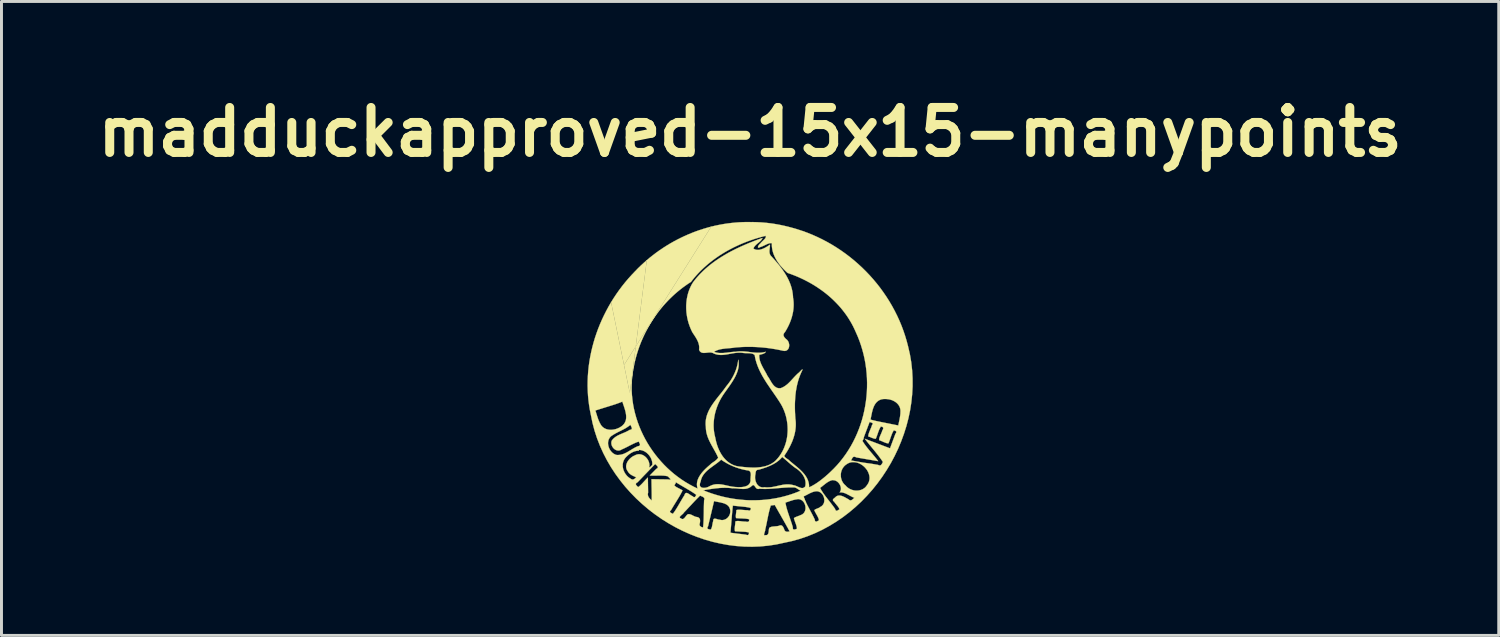
<source format=kicad_pcb>
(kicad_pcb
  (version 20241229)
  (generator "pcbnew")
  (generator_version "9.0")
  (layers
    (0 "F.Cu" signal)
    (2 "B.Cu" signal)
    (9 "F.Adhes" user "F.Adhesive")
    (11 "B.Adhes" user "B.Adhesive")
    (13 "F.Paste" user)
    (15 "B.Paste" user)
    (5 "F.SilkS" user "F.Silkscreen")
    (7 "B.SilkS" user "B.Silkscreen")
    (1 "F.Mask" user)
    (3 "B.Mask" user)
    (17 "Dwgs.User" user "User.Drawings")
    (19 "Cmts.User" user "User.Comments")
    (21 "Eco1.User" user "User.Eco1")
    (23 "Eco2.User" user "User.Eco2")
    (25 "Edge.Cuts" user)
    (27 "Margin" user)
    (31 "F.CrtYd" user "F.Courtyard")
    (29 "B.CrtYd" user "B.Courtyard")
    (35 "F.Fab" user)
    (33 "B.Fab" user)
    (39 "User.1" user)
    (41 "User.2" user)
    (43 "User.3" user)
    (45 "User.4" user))
  (footprint "madduckapproved-15x15-manypoints"
    (layer "F.Cu")
    (at 22.367 9.975)
    (property "Reference" "madduckapproved-15x15-manypoints" (at 0 -8.549 0) (layer "F.SilkS") (effects (font (size 1.524 1.524) (thickness 0.305))))
    (attr smd)
    (fp_poly (pts (xy 0.05 -5.499) (xy 2.487 -3.142) (xy 2.565 -3.082) (xy 2.641 -3.02) (xy 2.715 -2.956) (xy 2.788 -2.89) (xy 2.858 -2.822) (xy 2.927 -2.752) (xy 2.994 -2.681) (xy 3.059 -2.608) (xy 3.122 -2.532) (xy 3.182 -2.455) (xy 3.241 -2.376) (xy 3.297 -2.296) (xy 3.35 -2.213) (xy 3.401 -2.129) (xy 3.45 -2.043) (xy 3.496 -1.955) (xy 3.539 -1.865) (xy 3.58 -1.774) (xy 3.645 -1.627) (xy 3.704 -1.477) (xy 3.756 -1.326) (xy 3.803 -1.172) (xy 3.844 -1.017) (xy 3.879 -0.86) (xy 3.908 -0.702) (xy 3.93 -0.543) (xy 3.947 -0.384) (xy 3.958 -0.223) (xy 3.963 -0.063) (xy 3.962 0.098) (xy 3.955 0.258) (xy 3.942 0.418) (xy 3.923 0.577) (xy 3.898 0.736) (xy 3.868 0.893) (xy 3.832 1.049) (xy 3.79 1.204) (xy 3.742 1.356) (xy 3.688 1.507) (xy 3.628 1.656) (xy 3.563 1.802) (xy 3.492 1.945) (xy 3.416 2.085) (xy 3.333 2.222) (xy 3.245 2.356) (xy 3.151 2.486) (xy 3.052 2.612) (xy 2.947 2.734) (xy 2.836 2.852) (xy 2.72 2.965) (xy 2.7 2.984) (xy 2.68 3.003) (xy 2.659 3.022) (xy 2.638 3.041) (xy 2.617 3.06) (xy 2.595 3.079) (xy 2.573 3.098) (xy 2.551 3.118) (xy 2.528 3.137) (xy 2.505 3.156) (xy 2.482 3.175) (xy 2.459 3.193) (xy 2.436 3.212) (xy 2.412 3.23) (xy 2.389 3.248) (xy 2.365 3.266) (xy 2.341 3.284) (xy 2.317 3.301) (xy 2.293 3.317) (xy 2.27 3.334) (xy 2.246 3.35) (xy 2.222 3.365) (xy 2.199 3.38) (xy 2.175 3.394) (xy 2.152 3.408) (xy 2.129 3.421) (xy 2.106 3.434) (xy 2.084 3.446) (xy 2.062 3.457) (xy 2.04 3.468) (xy 2.018 3.478) (xy 1.997 3.487) (xy 1.997 3.449) (xy 1.996 3.412) (xy 1.992 3.376) (xy 1.986 3.341) (xy 1.977 3.307) (xy 1.967 3.273) (xy 1.955 3.24) (xy 1.941 3.208) (xy 1.926 3.177) (xy 1.909 3.146) (xy 1.89 3.116) (xy 1.87 3.087) (xy 1.849 3.058) (xy 1.827 3.03) (xy 1.803 3.002) (xy 1.779 2.975) (xy 1.754 2.948) (xy 1.727 2.922) (xy 1.701 2.896) (xy 1.674 2.871) (xy 1.646 2.846) (xy 1.618 2.822) (xy 1.589 2.797) (xy 1.561 2.773) (xy 1.532 2.75) (xy 1.504 2.727) (xy 1.476 2.704) (xy 1.448 2.681) (xy 1.42 2.658) (xy 1.393 2.636) (xy 1.366 2.613) (xy 1.34 2.591) (xy 1.335 2.585) (xy 1.33 2.579) (xy 1.325 2.573) (xy 1.319 2.568) (xy 1.313 2.563) (xy 1.307 2.558) (xy 1.3 2.553) (xy 1.293 2.548) (xy 1.286 2.543) (xy 1.279 2.538) (xy 1.271 2.533) (xy 1.264 2.528) (xy 1.256 2.523) (xy 1.249 2.518) (xy 1.241 2.513) (xy 1.234 2.508) (xy 1.227 2.503) (xy 1.22 2.498) (xy 1.213 2.493) (xy 1.206 2.488) (xy 1.2 2.483) (xy 1.194 2.477) (xy 1.188 2.471) (xy 1.182 2.465) (xy 1.178 2.459) (xy 1.173 2.453) (xy 1.169 2.447) (xy 1.166 2.441) (xy 1.163 2.435) (xy 1.161 2.428) (xy 1.159 2.421) (xy 1.158 2.414) (xy 1.182 2.38) (xy 1.205 2.345) (xy 1.228 2.31) (xy 1.25 2.274) (xy 1.272 2.238) (xy 1.293 2.202) (xy 1.313 2.165) (xy 1.333 2.128) (xy 1.353 2.091) (xy 1.371 2.053) (xy 1.389 2.015) (xy 1.406 1.977) (xy 1.423 1.938) (xy 1.438 1.9) (xy 1.453 1.86) (xy 1.466 1.821) (xy 1.479 1.781) (xy 1.491 1.741) (xy 1.502 1.701) (xy 1.512 1.66) (xy 1.52 1.62) (xy 1.528 1.579) (xy 1.534 1.538) (xy 1.539 1.496) (xy 1.543 1.455) (xy 1.546 1.413) (xy 1.547 1.371) (xy 1.547 1.329) (xy 1.546 1.287) (xy 1.543 1.245) (xy 1.539 1.203) (xy 1.533 1.16) (xy 1.53 1.108) (xy 1.526 1.056) (xy 1.524 1.003) (xy 1.521 0.951) (xy 1.519 0.898) (xy 1.518 0.846) (xy 1.517 0.793) (xy 1.517 0.74) (xy 1.517 0.688) (xy 1.518 0.635) (xy 1.52 0.583) (xy 1.523 0.53) (xy 1.526 0.478) (xy 1.53 0.425) (xy 1.534 0.373) (xy 1.54 0.321) (xy 1.546 0.269) (xy 1.553 0.217) (xy 1.562 0.166) (xy 1.571 0.114) (xy 1.581 0.063) (xy 1.592 0.012) (xy 1.605 -0.038) (xy 1.618 -0.089) (xy 1.632 -0.139) (xy 1.648 -0.189) (xy 1.665 -0.238) (xy 1.683 -0.287) (xy 1.702 -0.336) (xy 1.723 -0.385) (xy 1.745 -0.433) (xy 1.768 -0.481) (xy 1.771 -0.489) (xy 1.772 -0.495) (xy 1.773 -0.5) (xy 1.773 -0.504) (xy 1.772 -0.507) (xy 1.771 -0.508) (xy 1.768 -0.508) (xy 1.766 -0.507) (xy 1.762 -0.505) (xy 1.759 -0.503) (xy 1.755 -0.5) (xy 1.75 -0.496) (xy 1.745 -0.492) (xy 1.74 -0.487) (xy 1.734 -0.482) (xy 1.729 -0.476) (xy 1.723 -0.47) (xy 1.717 -0.464) (xy 1.711 -0.458) (xy 1.705 -0.452) (xy 1.699 -0.446) (xy 1.693 -0.44) (xy 1.687 -0.434) (xy 1.682 -0.428) (xy 1.676 -0.422) (xy 1.671 -0.417) (xy 1.667 -0.412) (xy 1.662 -0.408) (xy 1.658 -0.404) (xy 1.655 -0.401) (xy 1.652 -0.399) (xy 1.65 -0.398) (xy 1.631 -0.382) (xy 1.612 -0.366) (xy 1.593 -0.349) (xy 1.575 -0.331) (xy 1.557 -0.313) (xy 1.539 -0.295) (xy 1.522 -0.277) (xy 1.504 -0.258) (xy 1.486 -0.239) (xy 1.469 -0.22) (xy 1.452 -0.201) (xy 1.434 -0.182) (xy 1.417 -0.163) (xy 1.399 -0.144) (xy 1.382 -0.125) (xy 1.364 -0.106) (xy 1.346 -0.088) (xy 1.328 -0.07) (xy 1.31 -0.052) (xy 1.291 -0.034) (xy 1.273 -0.017) (xy 1.254 -0.001) (xy 1.234 0.015) (xy 1.214 0.03) (xy 1.194 0.045) (xy 1.173 0.059) (xy 1.152 0.072) (xy 1.131 0.085) (xy 1.109 0.096) (xy 1.086 0.107) (xy 1.063 0.117) (xy 1.039 0.126) (xy 1.016 0.129) (xy 0.995 0.13) (xy 0.974 0.129) (xy 0.954 0.127) (xy 0.935 0.123) (xy 0.916 0.117) (xy 0.898 0.11) (xy 0.881 0.101) (xy 0.865 0.091) (xy 0.849 0.08) (xy 0.834 0.068) (xy 0.819 0.055) (xy 0.805 0.041) (xy 0.792 0.026) (xy 0.778 0.01) (xy 0.766 -0.006) (xy 0.753 -0.023) (xy 0.741 -0.041) (xy 0.729 -0.059) (xy 0.718 -0.077) (xy 0.707 -0.095) (xy 0.696 -0.114) (xy 0.685 -0.132) (xy 0.674 -0.151) (xy 0.663 -0.169) (xy 0.653 -0.187) (xy 0.642 -0.205) (xy 0.632 -0.222) (xy 0.621 -0.239) (xy 0.61 -0.255) (xy 0.6 -0.27) (xy 0.589 -0.285) (xy 0.578 -0.306) (xy 0.568 -0.327) (xy 0.557 -0.348) (xy 0.546 -0.369) (xy 0.534 -0.391) (xy 0.522 -0.412) (xy 0.51 -0.433) (xy 0.498 -0.455) (xy 0.486 -0.477) (xy 0.473 -0.498) (xy 0.461 -0.52) (xy 0.449 -0.542) (xy 0.437 -0.564) (xy 0.425 -0.586) (xy 0.414 -0.608) (xy 0.403 -0.63) (xy 0.392 -0.652) (xy 0.381 -0.675) (xy 0.371 -0.697) (xy 0.362 -0.72) (xy 0.353 -0.742) (xy 0.345 -0.765) (xy 0.337 -0.788) (xy 0.33 -0.811) (xy 0.324 -0.835) (xy 0.319 -0.858) (xy 0.315 -0.881) (xy 0.311 -0.905) (xy 0.309 -0.929) (xy 0.308 -0.953) (xy 0.308 -0.977) (xy 0.309 -1.001) (xy 0.315 -1.003) (xy 0.322 -1.005) (xy 0.33 -1.007) (xy 0.337 -1.009) (xy 0.345 -1.011) (xy 0.353 -1.013) (xy 0.361 -1.015) (xy 0.369 -1.017) (xy 0.378 -1.019) (xy 0.386 -1.021) (xy 0.394 -1.023) (xy 0.403 -1.025) (xy 0.411 -1.027) (xy 0.419 -1.029) (xy 0.427 -1.032) (xy 0.436 -1.035) (xy 0.443 -1.038) (xy 0.451 -1.041) (xy 0.459 -1.044) (xy 0.466 -1.047) (xy 0.473 -1.051) (xy 0.48 -1.055) (xy 0.487 -1.059) (xy 0.493 -1.063) (xy 0.499 -1.067) (xy 0.505 -1.072) (xy 0.51 -1.077) (xy 0.515 -1.082) (xy 0.519 -1.088) (xy 0.523 -1.094) (xy 0.526 -1.1) (xy 0.529 -1.106) (xy 0.497 -1.097) (xy 0.466 -1.09) (xy 0.435 -1.084) (xy 0.403 -1.079) (xy 0.372 -1.076) (xy 0.34 -1.074) (xy 0.308 -1.073) (xy 0.277 -1.073) (xy 0.245 -1.073) (xy 0.213 -1.074) (xy 0.182 -1.076) (xy 0.15 -1.078) (xy 0.118 -1.081) (xy 0.086 -1.084) (xy 0.054 -1.088) (xy 0.022 -1.092) (xy -0.009 -1.096) (xy -0.041 -1.1) (xy -0.073 -1.104) (xy -0.105 -1.108) (xy -0.137 -1.111) (xy -0.169 -1.114) (xy -0.201 -1.117) (xy -0.233 -1.119) (xy -0.265 -1.12) (xy -0.297 -1.121) (xy -0.329 -1.121) (xy -0.361 -1.12) (xy -0.393 -1.118) (xy -0.425 -1.115) (xy -0.457 -1.111) (xy -0.489 -1.106) (xy -0.511 -1.105) (xy -0.534 -1.104) (xy -0.557 -1.103) (xy -0.58 -1.101) (xy -0.603 -1.099) (xy -0.626 -1.097) (xy -0.649 -1.094) (xy -0.673 -1.091) (xy -0.696 -1.088) (xy -0.72 -1.085) (xy -0.743 -1.082) (xy -0.767 -1.079) (xy -0.79 -1.076) (xy -0.814 -1.073) (xy -0.837 -1.071) (xy -0.86 -1.069) (xy -0.884 -1.067) (xy -0.907 -1.065) (xy -0.93 -1.064) (xy -0.954 -1.064) (xy -0.977 -1.063) (xy -1 -1.064) (xy -1.023 -1.064) (xy -1.046 -1.065) (xy -1.068 -1.067) (xy -1.091 -1.07) (xy -1.113 -1.074) (xy -1.135 -1.078) (xy -1.157 -1.083) (xy -1.179 -1.089) (xy -1.201 -1.096) (xy -1.222 -1.104) (xy -1.204 -1.116) (xy -1.185 -1.127) (xy -1.166 -1.137) (xy -1.146 -1.146) (xy -1.126 -1.154) (xy -1.106 -1.162) (xy -1.085 -1.169) (xy -1.064 -1.176) (xy -1.042 -1.182) (xy -1.02 -1.187) (xy -0.998 -1.192) (xy -0.976 -1.196) (xy -0.954 -1.2) (xy -0.931 -1.204) (xy -0.908 -1.207) (xy -0.885 -1.21) (xy -0.862 -1.213) (xy -0.839 -1.216) (xy -0.816 -1.218) (xy -0.793 -1.22) (xy -0.769 -1.222) (xy -0.746 -1.224) (xy -0.723 -1.226) (xy -0.7 -1.228) (xy -0.677 -1.23) (xy -0.654 -1.232) (xy -0.632 -1.234) (xy -0.609 -1.236) (xy -0.587 -1.239) (xy -0.565 -1.242) (xy -0.543 -1.245) (xy -0.522 -1.249) (xy -0.47 -1.254) (xy -0.419 -1.258) (xy -0.367 -1.262) (xy -0.316 -1.265) (xy -0.264 -1.268) (xy -0.213 -1.27) (xy -0.162 -1.272) (xy -0.11 -1.273) (xy -0.059 -1.273) (xy -0.007 -1.273) (xy 0.044 -1.272) (xy 0.096 -1.271) (xy 0.147 -1.269) (xy 0.198 -1.267) (xy 0.25 -1.264) (xy 0.301 -1.261) (xy 0.352 -1.257) (xy 0.403 -1.253) (xy 0.455 -1.248) (xy 0.506 -1.243) (xy 0.557 -1.237) (xy 0.608 -1.231) (xy 0.659 -1.224) (xy 0.71 -1.217) (xy 0.76 -1.209) (xy 0.811 -1.201) (xy 0.862 -1.192) (xy 0.912 -1.183) (xy 0.963 -1.173) (xy 1.013 -1.163) (xy 1.064 -1.152) (xy 1.114 -1.141) (xy 1.136 -1.137) (xy 1.157 -1.135) (xy 1.176 -1.135) (xy 1.194 -1.137) (xy 1.211 -1.141) (xy 1.227 -1.147) (xy 1.242 -1.154) (xy 1.255 -1.163) (xy 1.267 -1.173) (xy 1.278 -1.185) (xy 1.288 -1.198) (xy 1.296 -1.211) (xy 1.304 -1.226) (xy 1.31 -1.242) (xy 1.315 -1.258) (xy 1.318 -1.275) (xy 1.321 -1.292) (xy 1.322 -1.31) (xy 1.323 -1.328) (xy 1.322 -1.346) (xy 1.32 -1.364) (xy 1.316 -1.383) (xy 1.312 -1.4) (xy 1.306 -1.418) (xy 1.3 -1.435) (xy 1.292 -1.452) (xy 1.283 -1.467) (xy 1.273 -1.482) (xy 1.262 -1.496) (xy 1.25 -1.51) (xy 1.237 -1.522) (xy 1.222 -1.532) (xy 1.215 -1.539) (xy 1.207 -1.546) (xy 1.2 -1.553) (xy 1.193 -1.56) (xy 1.187 -1.567) (xy 1.18 -1.574) (xy 1.174 -1.581) (xy 1.169 -1.588) (xy 1.163 -1.595) (xy 1.158 -1.602) (xy 1.153 -1.609) (xy 1.149 -1.616) (xy 1.145 -1.623) (xy 1.142 -1.63) (xy 1.139 -1.637) (xy 1.136 -1.644) (xy 1.134 -1.652) (xy 1.133 -1.66) (xy 1.132 -1.668) (xy 1.132 -1.676) (xy 1.132 -1.684) (xy 1.133 -1.692) (xy 1.134 -1.7) (xy 1.137 -1.708) (xy 1.14 -1.716) (xy 1.143 -1.724) (xy 1.148 -1.732) (xy 1.153 -1.74) (xy 1.159 -1.748) (xy 1.165 -1.756) (xy 1.173 -1.765) (xy 1.181 -1.774) (xy 1.201 -1.807) (xy 1.221 -1.84) (xy 1.24 -1.873) (xy 1.258 -1.907) (xy 1.276 -1.941) (xy 1.293 -1.975) (xy 1.31 -2.009) (xy 1.325 -2.044) (xy 1.341 -2.079) (xy 1.355 -2.114) (xy 1.369 -2.15) (xy 1.382 -2.186) (xy 1.394 -2.222) (xy 1.406 -2.258) (xy 1.416 -2.294) (xy 1.426 -2.331) (xy 1.435 -2.368) (xy 1.443 -2.405) (xy 1.451 -2.442) (xy 1.457 -2.479) (xy 1.462 -2.517) (xy 1.467 -2.554) (xy 1.47 -2.592) (xy 1.473 -2.63) (xy 1.474 -2.668) (xy 1.475 -2.706) (xy 1.474 -2.744) (xy 1.473 -2.782) (xy 1.47 -2.821) (xy 1.466 -2.859) (xy 1.461 -2.898) (xy 1.454 -2.936) (xy 1.452 -2.989) (xy 1.447 -3.041) (xy 1.44 -3.093) (xy 1.432 -3.144) (xy 1.422 -3.194) (xy 1.41 -3.244) (xy 1.397 -3.293) (xy 1.381 -3.342) (xy 1.365 -3.39) (xy 1.347 -3.437) (xy 1.327 -3.484) (xy 1.307 -3.531) (xy 1.284 -3.576) (xy 1.261 -3.622) (xy 1.237 -3.666) (xy 1.211 -3.711) (xy 1.185 -3.754) (xy 1.157 -3.798) (xy 1.129 -3.84) (xy 1.099 -3.883) (xy 1.069 -3.924) (xy 1.038 -3.966) (xy 1.007 -4.007) (xy 0.975 -4.047) (xy 0.942 -4.087) (xy 0.909 -4.127) (xy 0.876 -4.166) (xy 0.842 -4.204) (xy 0.808 -4.243) (xy 0.773 -4.281) (xy 0.739 -4.318) (xy 0.704 -4.356) (xy 0.696 -4.366) (xy 0.688 -4.376) (xy 0.682 -4.387) (xy 0.676 -4.398) (xy 0.672 -4.409) (xy 0.667 -4.421) (xy 0.664 -4.432) (xy 0.661 -4.444) (xy 0.659 -4.456) (xy 0.657 -4.469) (xy 0.656 -4.481) (xy 0.655 -4.493) (xy 0.655 -4.506) (xy 0.655 -4.519) (xy 0.656 -4.531) (xy 0.656 -4.544) (xy 0.657 -4.557) (xy 0.659 -4.57) (xy 0.66 -4.583) (xy 0.661 -4.595) (xy 0.663 -4.608) (xy 0.664 -4.62) (xy 0.666 -4.633) (xy 0.667 -4.645) (xy 0.669 -4.657) (xy 0.67 -4.669) (xy 0.671 -4.681) (xy 0.672 -4.692) (xy 0.672 -4.703) (xy 0.672 -4.714) (xy 0.672 -4.725) (xy 0.672 -4.735) (xy 0.657 -4.725) (xy 0.641 -4.714) (xy 0.626 -4.704) (xy 0.61 -4.693) (xy 0.594 -4.683) (xy 0.577 -4.672) (xy 0.56 -4.662) (xy 0.543 -4.652) (xy 0.526 -4.642) (xy 0.508 -4.632) (xy 0.49 -4.623) (xy 0.473 -4.614) (xy 0.454 -4.606) (xy 0.436 -4.598) (xy 0.418 -4.591) (xy 0.4 -4.584) (xy 0.381 -4.578) (xy 0.363 -4.573) (xy 0.344 -4.568) (xy 0.326 -4.564) (xy 0.307 -4.561) (xy 0.289 -4.559) (xy 0.271 -4.558) (xy 0.252 -4.558) (xy 0.234 -4.559) (xy 0.216 -4.561) (xy 0.198 -4.565) (xy 0.18 -4.57) (xy 0.163 -4.576) (xy 0.146 -4.584) (xy 0.129 -4.593) (xy 0.112 -4.603) (xy 0.117 -4.617) (xy 0.123 -4.631) (xy 0.129 -4.644) (xy 0.137 -4.657) (xy 0.146 -4.669) (xy 0.155 -4.681) (xy 0.164 -4.693) (xy 0.175 -4.705) (xy 0.186 -4.716) (xy 0.197 -4.727) (xy 0.209 -4.738) (xy 0.221 -4.749) (xy 0.233 -4.76) (xy 0.245 -4.77) (xy 0.258 -4.781) (xy 0.27 -4.791) (xy 0.283 -4.801) (xy 0.295 -4.811) (xy 0.307 -4.821) (xy 0.319 -4.832) (xy 0.331 -4.842) (xy 0.342 -4.852) (xy 0.353 -4.863) (xy 0.363 -4.873) (xy 0.373 -4.884) (xy 0.382 -4.894) (xy 0.39 -4.905) (xy 0.398 -4.916) (xy 0.404 -4.928) (xy 0.41 -4.939) (xy 0.415 -4.951) (xy 0.418 -4.963) (xy 0.336 -4.933) (xy 0.253 -4.903) (xy 0.171 -4.872) (xy 0.088 -4.84) (xy 0.006 -4.807) (xy -0.076 -4.774) (xy -0.158 -4.739) (xy -0.24 -4.703) (xy -0.321 -4.667) (xy -0.402 -4.629) (xy -0.483 -4.591) (xy -0.563 -4.551) (xy -0.642 -4.51) (xy -0.721 -4.468) (xy -0.798 -4.424) (xy -0.875 -4.379) (xy -0.951 -4.333) (xy -1.026 -4.286) (xy -1.1 -4.237) (xy -1.173 -4.187) (xy -1.245 -4.135) (xy -1.316 -4.081) (xy -1.385 -4.027) (xy -1.452 -3.97) (xy -1.519 -3.912) (xy -1.584 -3.852) (xy -1.647 -3.79) (xy -1.709 -3.727) (xy -1.768 -3.662) (xy -1.827 -3.595) (xy -1.883 -3.526) (xy -1.937 -3.455) (xy -1.966 -3.407) (xy -1.993 -3.359) (xy -2.017 -3.31) (xy -2.04 -3.259) (xy -2.061 -3.208) (xy -2.08 -3.157) (xy -2.097 -3.104) (xy -2.112 -3.051) (xy -2.125 -2.997) (xy -2.136 -2.943) (xy -2.146 -2.889) (xy -2.153 -2.834) (xy -2.159 -2.779) (xy -2.163 -2.723) (xy -2.166 -2.668) (xy -2.166 -2.612) (xy -2.165 -2.556) (xy -2.162 -2.501) (xy -2.158 -2.445) (xy -2.151 -2.389) (xy -2.143 -2.334) (xy -2.134 -2.279) (xy -2.123 -2.225) (xy -2.11 -2.17) (xy -2.096 -2.117) (xy -2.08 -2.063) (xy -2.062 -2.011) (xy -2.043 -1.959) (xy -2.023 -1.908) (xy -2.001 -1.857) (xy -1.978 -1.808) (xy -1.953 -1.759) (xy -1.942 -1.743) (xy -1.931 -1.726) (xy -1.92 -1.71) (xy -1.909 -1.693) (xy -1.898 -1.677) (xy -1.887 -1.66) (xy -1.876 -1.643) (xy -1.865 -1.626) (xy -1.854 -1.609) (xy -1.843 -1.592) (xy -1.833 -1.575) (xy -1.823 -1.557) (xy -1.813 -1.54) (xy -1.803 -1.522) (xy -1.794 -1.505) (xy -1.786 -1.487) (xy -1.777 -1.469) (xy -1.769 -1.451) (xy -1.762 -1.432) (xy -1.755 -1.414) (xy -1.749 -1.395) (xy -1.743 -1.377) (xy -1.739 -1.358) (xy -1.734 -1.339) (xy -1.731 -1.319) (xy -1.728 -1.3) (xy -1.726 -1.28) (xy -1.725 -1.26) (xy -1.725 -1.24) (xy -1.725 -1.22) (xy -1.727 -1.199) (xy -1.73 -1.178) (xy -1.723 -1.16) (xy -1.715 -1.143) (xy -1.706 -1.128) (xy -1.696 -1.116) (xy -1.686 -1.105) (xy -1.674 -1.096) (xy -1.662 -1.088) (xy -1.649 -1.082) (xy -1.635 -1.077) (xy -1.62 -1.073) (xy -1.605 -1.07) (xy -1.59 -1.068) (xy -1.574 -1.067) (xy -1.557 -1.067) (xy -1.541 -1.068) (xy -1.523 -1.069) (xy -1.506 -1.07) (xy -1.489 -1.072) (xy -1.471 -1.074) (xy -1.453 -1.076) (xy -1.435 -1.078) (xy -1.418 -1.08) (xy -1.4 -1.081) (xy -1.382 -1.082) (xy -1.365 -1.082) (xy -1.348 -1.082) (xy -1.331 -1.081) (xy -1.315 -1.079) (xy -1.299 -1.076) (xy -1.283 -1.072) (xy -1.268 -1.067) (xy -1.254 -1.06) (xy -1.224 -1.045) (xy -1.194 -1.033) (xy -1.164 -1.023) (xy -1.134 -1.015) (xy -1.103 -1.009) (xy -1.073 -1.004) (xy -1.042 -1.001) (xy -1.011 -0.999) (xy -0.98 -0.999) (xy -0.948 -0.999) (xy -0.917 -1.001) (xy -0.885 -1.004) (xy -0.854 -1.008) (xy -0.822 -1.012) (xy -0.79 -1.017) (xy -0.758 -1.022) (xy -0.726 -1.028) (xy -0.694 -1.034) (xy -0.662 -1.04) (xy -0.63 -1.046) (xy -0.598 -1.052) (xy -0.566 -1.057) (xy -0.534 -1.062) (xy -0.502 -1.066) (xy -0.47 -1.07) (xy -0.438 -1.073) (xy -0.406 -1.075) (xy -0.374 -1.076) (xy -0.343 -1.076) (xy -0.311 -1.075) (xy -0.279 -1.072) (xy -0.248 -1.068) (xy -0.236 -1.066) (xy -0.224 -1.064) (xy -0.211 -1.063) (xy -0.199 -1.062) (xy -0.186 -1.061) (xy -0.173 -1.061) (xy -0.159 -1.06) (xy -0.146 -1.06) (xy -0.132 -1.059) (xy -0.118 -1.059) (xy -0.105 -1.059) (xy -0.091 -1.059) (xy -0.077 -1.058) (xy -0.063 -1.058) (xy -0.049 -1.057) (xy -0.035 -1.057) (xy -0.022 -1.056) (xy -0.008 -1.055) (xy 0.005 -1.054) (xy 0.018 -1.052) (xy 0.031 -1.05) (xy 0.044 -1.048) (xy 0.057 -1.045) (xy 0.069 -1.042) (xy 0.081 -1.038) (xy 0.093 -1.034) (xy 0.104 -1.029) (xy 0.115 -1.023) (xy 0.125 -1.017) (xy 0.135 -1.01) (xy 0.145 -1.002) (xy 0.154 -0.994) (xy 0.164 -0.937) (xy 0.175 -0.882) (xy 0.189 -0.826) (xy 0.204 -0.772) (xy 0.221 -0.718) (xy 0.239 -0.665) (xy 0.259 -0.613) (xy 0.28 -0.561) (xy 0.302 -0.51) (xy 0.326 -0.459) (xy 0.351 -0.408) (xy 0.377 -0.359) (xy 0.403 -0.309) (xy 0.431 -0.26) (xy 0.46 -0.211) (xy 0.489 -0.163) (xy 0.519 -0.115) (xy 0.549 -0.067) (xy 0.58 -0.02) (xy 0.612 0.027) (xy 0.644 0.074) (xy 0.676 0.121) (xy 0.708 0.168) (xy 0.74 0.214) (xy 0.773 0.261) (xy 0.805 0.307) (xy 0.837 0.354) (xy 0.869 0.4) (xy 0.901 0.447) (xy 0.932 0.494) (xy 0.963 0.54) (xy 0.993 0.587) (xy 1.029 0.644) (xy 1.063 0.702) (xy 1.095 0.762) (xy 1.123 0.823) (xy 1.15 0.886) (xy 1.174 0.949) (xy 1.195 1.014) (xy 1.214 1.079) (xy 1.23 1.146) (xy 1.243 1.212) (xy 1.254 1.28) (xy 1.263 1.348) (xy 1.268 1.416) (xy 1.271 1.484) (xy 1.272 1.552) (xy 1.269 1.62) (xy 1.264 1.688) (xy 1.257 1.756) (xy 1.246 1.823) (xy 1.233 1.889) (xy 1.217 1.955) (xy 1.198 2.02) (xy 1.176 2.083) (xy 1.152 2.146) (xy 1.125 2.208) (xy 1.094 2.268) (xy 1.061 2.326) (xy 1.025 2.383) (xy 0.987 2.439) (xy 0.945 2.492) (xy 0.9 2.543) (xy 0.852 2.593) (xy 0.821 2.619) (xy 0.788 2.643) (xy 0.755 2.665) (xy 0.721 2.686) (xy 0.686 2.705) (xy 0.651 2.722) (xy 0.615 2.737) (xy 0.578 2.751) (xy 0.54 2.763) (xy 0.503 2.774) (xy 0.464 2.783) (xy 0.425 2.791) (xy 0.386 2.798) (xy 0.347 2.804) (xy 0.307 2.809) (xy 0.267 2.813) (xy 0.227 2.816) (xy 0.186 2.818) (xy 0.146 2.819) (xy 0.105 2.819) (xy 0.065 2.818) (xy 0.024 2.817) (xy -0.017 2.815) (xy -0.057 2.813) (xy -0.097 2.81) (xy -0.137 2.807) (xy -0.177 2.803) (xy -0.217 2.799) (xy -0.256 2.795) (xy -0.295 2.791) (xy -0.333 2.787) (xy -0.371 2.783) (xy -0.416 2.776) (xy -0.459 2.767) (xy -0.501 2.756) (xy -0.542 2.742) (xy -0.581 2.726) (xy -0.619 2.708) (xy -0.656 2.688) (xy -0.691 2.666) (xy -0.725 2.643) (xy -0.758 2.618) (xy -0.79 2.591) (xy -0.82 2.563) (xy -0.849 2.533) (xy -0.877 2.502) (xy -0.903 2.47) (xy -0.929 2.437) (xy -0.953 2.402) (xy -0.976 2.366) (xy -0.998 2.33) (xy -1.018 2.293) (xy -1.038 2.255) (xy -1.056 2.216) (xy -1.073 2.177) (xy -1.09 2.137) (xy -1.105 2.096) (xy -1.119 2.056) (xy -1.131 2.015) (xy -1.143 1.974) (xy -1.154 1.933) (xy -1.163 1.892) (xy -1.172 1.851) (xy -1.18 1.81) (xy -1.192 1.761) (xy -1.203 1.712) (xy -1.213 1.663) (xy -1.221 1.613) (xy -1.227 1.564) (xy -1.232 1.514) (xy -1.235 1.465) (xy -1.237 1.415) (xy -1.237 1.366) (xy -1.235 1.316) (xy -1.233 1.267) (xy -1.228 1.218) (xy -1.223 1.169) (xy -1.216 1.12) (xy -1.208 1.072) (xy -1.198 1.023) (xy -1.187 0.975) (xy -1.175 0.927) (xy -1.161 0.88) (xy -1.146 0.833) (xy -1.13 0.786) (xy -1.113 0.739) (xy -1.094 0.693) (xy -1.075 0.648) (xy -1.054 0.603) (xy -1.032 0.558) (xy -1.009 0.514) (xy -0.985 0.47) (xy -0.959 0.427) (xy -0.933 0.385) (xy -0.906 0.343) (xy -0.878 0.302) (xy -0.856 0.271) (xy -0.834 0.24) (xy -0.812 0.209) (xy -0.789 0.177) (xy -0.765 0.144) (xy -0.742 0.111) (xy -0.718 0.078) (xy -0.694 0.044) (xy -0.671 0.01) (xy -0.648 -0.025) (xy -0.625 -0.059) (xy -0.602 -0.094) (xy -0.58 -0.13) (xy -0.559 -0.166) (xy -0.538 -0.202) (xy -0.518 -0.238) (xy -0.499 -0.274) (xy -0.482 -0.311) (xy -0.465 -0.348) (xy -0.45 -0.385) (xy -0.436 -0.422) (xy -0.423 -0.46) (xy -0.412 -0.497) (xy -0.403 -0.535) (xy -0.396 -0.572) (xy -0.39 -0.61) (xy -0.387 -0.648) (xy -0.386 -0.686) (xy -0.386 -0.724) (xy -0.39 -0.762) (xy -0.395 -0.8) (xy -0.404 -0.838) (xy -0.407 -0.806) (xy -0.411 -0.775) (xy -0.416 -0.744) (xy -0.422 -0.713) (xy -0.428 -0.682) (xy -0.435 -0.651) (xy -0.442 -0.621) (xy -0.45 -0.591) (xy -0.459 -0.561) (xy -0.468 -0.531) (xy -0.478 -0.502) (xy -0.489 -0.473) (xy -0.5 -0.444) (xy -0.512 -0.415) (xy -0.524 -0.386) (xy -0.537 -0.358) (xy -0.55 -0.33) (xy -0.564 -0.302) (xy -0.578 -0.274) (xy -0.593 -0.247) (xy -0.608 -0.22) (xy -0.624 -0.193) (xy -0.64 -0.166) (xy -0.657 -0.14) (xy -0.674 -0.114) (xy -0.692 -0.088) (xy -0.71 -0.063) (xy -0.729 -0.037) (xy -0.748 -0.012) (xy -0.767 0.012) (xy -0.787 0.037) (xy -0.807 0.061) (xy -0.835 0.101) (xy -0.864 0.14) (xy -0.893 0.18) (xy -0.923 0.219) (xy -0.954 0.259) (xy -0.985 0.298) (xy -1.017 0.337) (xy -1.049 0.377) (xy -1.08 0.416) (xy -1.112 0.456) (xy -1.143 0.496) (xy -1.174 0.536) (xy -1.204 0.577) (xy -1.234 0.617) (xy -1.263 0.659) (xy -1.291 0.7) (xy -1.318 0.742) (xy -1.344 0.784) (xy -1.368 0.827) (xy -1.391 0.87) (xy -1.412 0.914) (xy -1.431 0.959) (xy -1.449 1.004) (xy -1.465 1.05) (xy -1.478 1.097) (xy -1.489 1.144) (xy -1.498 1.192) (xy -1.504 1.241) (xy -1.507 1.291) (xy -1.508 1.342) (xy -1.505 1.394) (xy -1.5 1.446) (xy -1.499 1.483) (xy -1.497 1.519) (xy -1.493 1.554) (xy -1.488 1.589) (xy -1.482 1.624) (xy -1.474 1.658) (xy -1.465 1.692) (xy -1.455 1.726) (xy -1.445 1.759) (xy -1.433 1.791) (xy -1.42 1.824) (xy -1.407 1.856) (xy -1.393 1.888) (xy -1.378 1.92) (xy -1.362 1.952) (xy -1.347 1.983) (xy -1.33 2.014) (xy -1.314 2.045) (xy -1.297 2.076) (xy -1.279 2.107) (xy -1.262 2.138) (xy -1.245 2.169) (xy -1.227 2.2) (xy -1.21 2.231) (xy -1.193 2.262) (xy -1.176 2.293) (xy -1.159 2.324) (xy -1.143 2.355) (xy -1.127 2.386) (xy -1.112 2.417) (xy -1.097 2.449) (xy -1.083 2.481) (xy -1.088 2.49) (xy -1.094 2.499) (xy -1.101 2.508) (xy -1.107 2.517) (xy -1.115 2.526) (xy -1.122 2.534) (xy -1.13 2.542) (xy -1.139 2.55) (xy -1.147 2.558) (xy -1.156 2.566) (xy -1.165 2.574) (xy -1.175 2.582) (xy -1.184 2.59) (xy -1.194 2.597) (xy -1.204 2.604) (xy -1.214 2.611) (xy -1.224 2.618) (xy -1.234 2.625) (xy -1.244 2.632) (xy -1.254 2.639) (xy -1.265 2.646) (xy -1.275 2.653) (xy -1.285 2.66) (xy -1.294 2.667) (xy -1.304 2.674) (xy -1.314 2.682) (xy -1.323 2.69) (xy -1.332 2.698) (xy -1.341 2.706) (xy -1.349 2.714) (xy -1.358 2.722) (xy -1.366 2.73) (xy -1.387 2.748) (xy -1.408 2.766) (xy -1.43 2.785) (xy -1.452 2.805) (xy -1.474 2.825) (xy -1.496 2.846) (xy -1.519 2.867) (xy -1.54 2.889) (xy -1.562 2.911) (xy -1.583 2.934) (xy -1.604 2.957) (xy -1.624 2.981) (xy -1.644 3.005) (xy -1.663 3.03) (xy -1.681 3.055) (xy -1.698 3.08) (xy -1.714 3.106) (xy -1.73 3.132) (xy -1.744 3.159) (xy -1.756 3.185) (xy -1.768 3.213) (xy -1.778 3.24) (xy -1.786 3.268) (xy -1.793 3.296) (xy -1.798 3.325) (xy -1.801 3.353) (xy -1.803 3.382) (xy -1.802 3.411) (xy -1.799 3.441) (xy -1.795 3.47) (xy -1.788 3.5) (xy -1.778 3.53) (xy -1.919 3.463) (xy -2.056 3.389) (xy -2.19 3.31) (xy -2.321 3.225) (xy -2.448 3.134) (xy -2.571 3.039) (xy -2.69 2.938) (xy -2.805 2.833) (xy -2.916 2.723) (xy -3.022 2.608) (xy -3.124 2.49) (xy -3.221 2.368) (xy -3.313 2.242) (xy -3.401 2.112) (xy -3.483 1.98) (xy -3.56 1.844) (xy -3.631 1.705) (xy -3.697 1.564) (xy -3.757 1.42) (xy -3.811 1.275) (xy -3.859 1.127) (xy -3.901 0.977) (xy -3.937 0.826) (xy -3.966 0.674) (xy -3.988 0.52) (xy -4.004 0.366) (xy -4.013 0.211) (xy -4.014 0.055) (xy -4.009 -0.101) (xy -3.996 -0.257) (xy -3.975 -0.413) (xy -3.947 -0.568) (xy -3.926 -0.678) (xy -3.902 -0.788) (xy -3.874 -0.897) (xy -3.844 -1.005) (xy -3.811 -1.112) (xy -3.776 -1.219) (xy -3.738 -1.324) (xy -3.697 -1.429) (xy -3.653 -1.532) (xy -3.607 -1.635) (xy -3.558 -1.736) (xy -3.507 -1.836) (xy -3.453 -1.935) (xy -3.397 -2.032) (xy -3.338 -2.128) (xy -3.277 -2.222) (xy -3.214 -2.315) (xy -3.148 -2.406) (xy -3.08 -2.496) (xy -3.01 -2.583) (xy -2.938 -2.669) (xy -2.863 -2.753) (xy -2.786 -2.835) (xy -2.707 -2.915) (xy -2.627 -2.992) (xy -2.544 -3.068) (xy -2.459 -3.141) (xy -2.372 -3.212) (xy -2.283 -3.281) (xy -2.192 -3.347) (xy -2.1 -3.411) (xy -2.005 -3.472) (xy -1.947 -3.547) (xy -1.887 -3.621) (xy -1.825 -3.692) (xy -1.761 -3.762) (xy -1.695 -3.831) (xy -1.628 -3.897) (xy -1.559 -3.962) (xy -1.488 -4.025) (xy -1.416 -4.087) (xy -1.342 -4.147) (xy -1.267 -4.205) (xy -1.191 -4.261) (xy -1.113 -4.316) (xy -1.035 -4.369) (xy -0.954 -4.42) (xy -0.873 -4.47) (xy -0.791 -4.518) (xy -0.708 -4.564) (xy -0.624 -4.608) (xy -0.539 -4.651) (xy -0.453 -4.692) (xy -0.366 -4.732) (xy -0.279 -4.77) (xy -0.191 -4.806) (xy -0.103 -4.84) (xy -0.013 -4.873) (xy 0.076 -4.904) (xy 0.166 -4.934) (xy 0.256 -4.961) (xy 0.347 -4.987) (xy 0.438 -5.012) (xy 0.529 -5.035) (xy 0.529 -5.034) (xy 0.529 -5.034) (xy 0.529 -5.033) (xy 0.529 -5.033) (xy 0.529 -5.032) (xy 0.529 -5.032) (xy 0.529 -5.031) (xy 0.529 -5.031) (xy 0.529 -5.03) (xy 0.529 -5.03) (xy 0.529 -5.029) (xy 0.529 -5.029) (xy 0.529 -5.028) (xy 0.529 -5.028) (xy 0.529 -5.028) (xy 0.529 -5.027) (xy 0.529 -5.027) (xy 0.529 -5.026) (xy 0.529 -5.026) (xy 0.529 -5.025) (xy 0.529 -5.025) (xy 0.529 -5.024) (xy 0.529 -5.024) (xy 0.529 -5.023) (xy 0.53 -5.023) (xy 0.53 -5.022) (xy 0.53 -5.022) (xy 0.53 -5.021) (xy 0.53 -5.021) (xy 0.53 -5.02) (xy 0.53 -5.02) (xy 0.529 -5.026) (xy 0.532 -5.019) (xy 0.533 -5.012) (xy 0.533 -5.005) (xy 0.532 -4.997) (xy 0.531 -4.989) (xy 0.528 -4.981) (xy 0.525 -4.973) (xy 0.521 -4.965) (xy 0.516 -4.957) (xy 0.51 -4.949) (xy 0.504 -4.941) (xy 0.498 -4.933) (xy 0.491 -4.925) (xy 0.483 -4.917) (xy 0.476 -4.909) (xy 0.468 -4.901) (xy 0.459 -4.893) (xy 0.451 -4.885) (xy 0.443 -4.877) (xy 0.434 -4.869) (xy 0.426 -4.861) (xy 0.417 -4.853) (xy 0.409 -4.845) (xy 0.401 -4.837) (xy 0.393 -4.829) (xy 0.385 -4.821) (xy 0.378 -4.814) (xy 0.371 -4.807) (xy 0.365 -4.8) (xy 0.359 -4.793) (xy 0.354 -4.786) (xy 0.35 -4.779) (xy 0.343 -4.774) (xy 0.336 -4.769) (xy 0.33 -4.763) (xy 0.323 -4.757) (xy 0.317 -4.75) (xy 0.311 -4.743) (xy 0.305 -4.736) (xy 0.299 -4.729) (xy 0.294 -4.721) (xy 0.289 -4.713) (xy 0.284 -4.705) (xy 0.28 -4.697) (xy 0.276 -4.689) (xy 0.273 -4.682) (xy 0.27 -4.675) (xy 0.268 -4.668) (xy 0.266 -4.662) (xy 0.265 -4.656) (xy 0.265 -4.651) (xy 0.266 -4.646) (xy 0.267 -4.642) (xy 0.27 -4.638) (xy 0.273 -4.635) (xy 0.277 -4.633) (xy 0.282 -4.632) (xy 0.288 -4.632) (xy 0.295 -4.633) (xy 0.303 -4.635) (xy 0.312 -4.638) (xy 0.323 -4.642) (xy 0.334 -4.648) (xy 0.347 -4.655) (xy 0.359 -4.658) (xy 0.371 -4.662) (xy 0.383 -4.666) (xy 0.395 -4.671) (xy 0.407 -4.676) (xy 0.42 -4.681) (xy 0.432 -4.686) (xy 0.445 -4.692) (xy 0.457 -4.698) (xy 0.47 -4.704) (xy 0.482 -4.71) (xy 0.495 -4.716) (xy 0.507 -4.722) (xy 0.52 -4.728) (xy 0.533 -4.734) (xy 0.545 -4.74) (xy 0.558 -4.746) (xy 0.57 -4.752) (xy 0.583 -4.757) (xy 0.595 -4.762) (xy 0.608 -4.767) (xy 0.62 -4.771) (xy 0.633 -4.775) (xy 0.645 -4.778) (xy 0.657 -4.781) (xy 0.669 -4.783) (xy 0.681 -4.785) (xy 0.692 -4.786) (xy 0.704 -4.786) (xy 0.715 -4.786) (xy 0.727 -4.785) (xy 0.738 -4.783) (xy 0.736 -4.746) (xy 0.736 -4.709) (xy 0.738 -4.672) (xy 0.742 -4.635) (xy 0.747 -4.599) (xy 0.753 -4.563) (xy 0.761 -4.527) (xy 0.771 -4.491) (xy 0.781 -4.456) (xy 0.793 -4.422) (xy 0.807 -4.387) (xy 0.821 -4.353) (xy 0.837 -4.32) (xy 0.853 -4.287) (xy 0.871 -4.254) (xy 0.889 -4.222) (xy 0.909 -4.19) (xy 0.929 -4.158) (xy 0.95 -4.128) (xy 0.972 -4.097) (xy 0.994 -4.067) (xy 1.017 -4.038) (xy 1.041 -4.009) (xy 1.065 -3.981) (xy 1.09 -3.953) (xy 1.115 -3.926) (xy 1.14 -3.9) (xy 1.166 -3.874) (xy 1.191 -3.849) (xy 1.217 -3.824) (xy 1.243 -3.8) (xy 1.27 -3.777) (xy 1.362 -3.745) (xy 1.455 -3.71) (xy 1.546 -3.674) (xy 1.637 -3.636) (xy 1.727 -3.595) (xy 1.816 -3.553) (xy 1.904 -3.508) (xy 1.991 -3.462) (xy 2.077 -3.414) (xy 2.162 -3.363) (xy 2.245 -3.311) (xy 2.327 -3.256) (xy 2.408 -3.2) (xy 2.487 -3.142) (xy 0.05 -5.499) (xy -0.089 -5.501) (xy -0.227 -5.499) (xy -0.365 -5.493) (xy -0.503 -5.483) (xy -0.64 -5.469) (xy -0.777 -5.452) (xy -0.913 -5.431) (xy -1.049 -5.406) (xy -1.184 -5.378) (xy -1.318 -5.346) (xy -5.244 0.885) (xy -5.216 0.875) (xy -5.187 0.866) (xy -5.158 0.857) (xy -5.13 0.848) (xy -5.101 0.839) (xy -5.072 0.83) (xy -5.043 0.821) (xy -5.015 0.812) (xy -4.986 0.803) (xy -4.957 0.794) (xy -4.928 0.785) (xy -4.899 0.776) (xy -4.87 0.767) (xy -4.841 0.758) (xy -4.812 0.749) (xy -4.783 0.74) (xy -4.754 0.731) (xy -4.725 0.722) (xy -4.697 0.713) (xy -4.668 0.704) (xy -4.639 0.695) (xy -4.611 0.686) (xy -4.582 0.677) (xy -4.553 0.667) (xy -4.525 0.657) (xy -4.497 0.647) (xy -4.468 0.637) (xy -4.44 0.626) (xy -4.412 0.616) (xy -4.384 0.605) (xy -4.356 0.594) (xy -4.329 0.583) (xy -4.329 0.583) (xy -4.329 0.585) (xy -4.321 0.61) (xy -4.313 0.635) (xy -4.305 0.66) (xy -4.296 0.686) (xy -4.287 0.712) (xy -4.278 0.738) (xy -4.269 0.765) (xy -4.261 0.791) (xy -4.252 0.818) (xy -4.244 0.845) (xy -4.236 0.873) (xy -4.229 0.9) (xy -4.222 0.927) (xy -4.216 0.955) (xy -4.211 0.982) (xy -4.207 1.009) (xy -4.203 1.036) (xy -4.201 1.063) (xy -4.2 1.09) (xy -4.2 1.116) (xy -4.201 1.142) (xy -4.204 1.168) (xy -4.208 1.193) (xy -4.214 1.219) (xy -4.222 1.243) (xy -4.232 1.267) (xy -4.243 1.291) (xy -4.257 1.314) (xy -4.272 1.336) (xy -4.29 1.358) (xy -4.31 1.379) (xy -4.332 1.4) (xy -4.353 1.416) (xy -4.374 1.431) (xy -4.397 1.445) (xy -4.42 1.459) (xy -4.444 1.471) (xy -4.469 1.483) (xy -4.494 1.493) (xy -4.52 1.503) (xy -4.546 1.512) (xy -4.573 1.519) (xy -4.6 1.525) (xy -4.627 1.53) (xy -4.654 1.534) (xy -4.681 1.537) (xy -4.708 1.538) (xy -4.735 1.538) (xy -4.762 1.537) (xy -4.788 1.534) (xy -4.814 1.53) (xy -4.84 1.524) (xy -4.865 1.517) (xy -4.889 1.508) (xy -4.913 1.498) (xy -4.936 1.486) (xy -4.958 1.472) (xy -4.979 1.457) (xy -4.999 1.44) (xy -5.018 1.421) (xy -5.036 1.4) (xy -5.052 1.378) (xy -5.067 1.353) (xy -5.081 1.327) (xy -5.088 1.314) (xy -5.095 1.301) (xy -5.102 1.288) (xy -5.108 1.274) (xy -5.114 1.261) (xy -5.12 1.248) (xy -5.126 1.234) (xy -5.132 1.22) (xy -5.137 1.207) (xy -5.143 1.193) (xy -5.148 1.179) (xy -5.153 1.165) (xy -5.158 1.152) (xy -5.163 1.138) (xy -5.167 1.124) (xy -5.172 1.11) (xy -5.177 1.096) (xy -5.181 1.082) (xy -5.186 1.067) (xy -5.19 1.053) (xy -5.194 1.039) (xy -5.199 1.025) (xy -5.203 1.011) (xy -5.208 0.997) (xy -5.212 0.983) (xy -5.216 0.969) (xy -5.221 0.955) (xy -5.225 0.941) (xy -5.23 0.927) (xy -5.235 0.913) (xy -5.239 0.899) (xy -5.244 0.885) (xy -1.318 -5.346) (xy -1.451 -5.31) (xy -1.583 -5.271) (xy -1.714 -5.229) (xy -1.844 -5.183) (xy -1.972 -5.134) (xy -2.1 -5.081) (xy -2.226 -5.025) (xy -2.35 -4.966) (xy -2.474 -4.904) (xy -2.595 -4.839) (xy -2.715 -4.771) (xy -2.833 -4.699) (xy -2.949 -4.625) (xy -3.064 -4.548) (xy -3.176 -4.468) (xy -3.286 -4.385) (xy -3.395 -4.299) (xy -3.501 -4.21) (xy -4.23 1.49) (xy -4.211 1.479) (xy -4.193 1.467) (xy -4.175 1.456) (xy -4.157 1.444) (xy -4.139 1.432) (xy -4.122 1.42) (xy -4.105 1.407) (xy -4.088 1.394) (xy -4.072 1.38) (xy -4.057 1.366) (xy -4.057 1.368) (xy -4.054 1.374) (xy -4.051 1.381) (xy -4.048 1.388) (xy -4.045 1.395) (xy -4.041 1.402) (xy -4.038 1.409) (xy -4.034 1.416) (xy -4.031 1.423) (xy -4.027 1.43) (xy -4.024 1.437) (xy -4.021 1.444) (xy -4.018 1.451) (xy -4.015 1.457) (xy -4.013 1.463) (xy -4.011 1.469) (xy -4.009 1.475) (xy -4.008 1.481) (xy -4.008 1.487) (xy -4.008 1.493) (xy -4.008 1.498) (xy -4.009 1.503) (xy -4.011 1.508) (xy -4.014 1.513) (xy -4.017 1.517) (xy -4.022 1.521) (xy -4.027 1.525) (xy -4.033 1.528) (xy -4.04 1.531) (xy -4.048 1.534) (xy -4.057 1.536) (xy -4.067 1.538) (xy -4.078 1.539) (xy -4.097 1.551) (xy -4.116 1.562) (xy -4.136 1.573) (xy -4.156 1.583) (xy -4.176 1.594) (xy -4.197 1.604) (xy -4.218 1.614) (xy -4.239 1.623) (xy -4.26 1.632) (xy -4.281 1.641) (xy -4.302 1.65) (xy -4.324 1.659) (xy -4.345 1.668) (xy -4.366 1.677) (xy -4.387 1.686) (xy -4.408 1.695) (xy -4.429 1.705) (xy -4.45 1.715) (xy -4.47 1.725) (xy -4.49 1.735) (xy -4.51 1.746) (xy -4.529 1.758) (xy -4.548 1.77) (xy -4.566 1.783) (xy -4.584 1.796) (xy -4.601 1.81) (xy -4.618 1.824) (xy -4.634 1.84) (xy -4.65 1.856) (xy -4.664 1.873) (xy -4.678 1.891) (xy -4.691 1.91) (xy -4.696 1.928) (xy -4.7 1.946) (xy -4.702 1.964) (xy -4.703 1.982) (xy -4.702 2) (xy -4.7 2.018) (xy -4.697 2.036) (xy -4.692 2.053) (xy -4.687 2.07) (xy -4.68 2.087) (xy -4.672 2.103) (xy -4.662 2.119) (xy -4.652 2.134) (xy -4.641 2.149) (xy -4.63 2.162) (xy -4.617 2.175) (xy -4.603 2.187) (xy -4.589 2.198) (xy -4.575 2.208) (xy -4.559 2.217) (xy -4.544 2.224) (xy -4.527 2.23) (xy -4.511 2.235) (xy -4.494 2.238) (xy -4.476 2.24) (xy -4.459 2.24) (xy -4.441 2.239) (xy -4.423 2.236) (xy -4.405 2.231) (xy -4.387 2.224) (xy -4.37 2.215) (xy -4.352 2.204) (xy -4.334 2.196) (xy -4.316 2.188) (xy -4.298 2.18) (xy -4.28 2.172) (xy -4.261 2.163) (xy -4.243 2.154) (xy -4.225 2.145) (xy -4.206 2.136) (xy -4.188 2.127) (xy -4.17 2.118) (xy -4.151 2.109) (xy -4.133 2.099) (xy -4.114 2.089) (xy -4.096 2.079) (xy -4.078 2.07) (xy -4.059 2.061) (xy -4.041 2.052) (xy -4.023 2.043) (xy -4.005 2.034) (xy -3.986 2.025) (xy -3.968 2.016) (xy -3.95 2.007) (xy -3.932 1.999) (xy -3.914 1.991) (xy -3.897 1.983) (xy -3.879 1.975) (xy -3.861 1.968) (xy -3.844 1.961) (xy -3.827 1.955) (xy -3.809 1.949) (xy -3.792 1.943) (xy -3.776 1.938) (xy -3.772 1.944) (xy -3.769 1.95) (xy -3.766 1.956) (xy -3.763 1.962) (xy -3.759 1.968) (xy -3.756 1.974) (xy -3.753 1.98) (xy -3.75 1.986) (xy -3.747 1.992) (xy -3.744 1.998) (xy -3.741 2.004) (xy -3.739 2.01) (xy -3.737 2.016) (xy -3.735 2.022) (xy -3.734 2.028) (xy -3.733 2.034) (xy -3.733 2.039) (xy -3.733 2.044) (xy -3.733 2.049) (xy -3.734 2.054) (xy -3.736 2.059) (xy -3.738 2.064) (xy -3.741 2.068) (xy -3.745 2.072) (xy -3.75 2.076) (xy -3.755 2.08) (xy -3.761 2.083) (xy -3.768 2.086) (xy -3.776 2.089) (xy -3.785 2.091) (xy -3.794 2.093) (xy -3.805 2.095) (xy -3.828 2.104) (xy -3.85 2.115) (xy -3.872 2.125) (xy -3.894 2.137) (xy -3.916 2.148) (xy -3.938 2.161) (xy -3.96 2.173) (xy -3.982 2.186) (xy -4.004 2.2) (xy -4.026 2.213) (xy -4.048 2.226) (xy -4.07 2.24) (xy -4.092 2.253) (xy -4.114 2.266) (xy -4.136 2.279) (xy -4.158 2.292) (xy -4.18 2.304) (xy -4.203 2.315) (xy -4.225 2.327) (xy -4.248 2.337) (xy -4.27 2.347) (xy -4.293 2.356) (xy -4.317 2.364) (xy -4.34 2.371) (xy -4.364 2.377) (xy -4.387 2.382) (xy -4.412 2.386) (xy -4.436 2.389) (xy -4.461 2.391) (xy -4.486 2.392) (xy -4.511 2.391) (xy -4.536 2.388) (xy -4.561 2.38) (xy -4.585 2.369) (xy -4.608 2.357) (xy -4.63 2.343) (xy -4.651 2.328) (xy -4.671 2.311) (xy -4.69 2.292) (xy -4.708 2.272) (xy -4.724 2.251) (xy -4.74 2.229) (xy -4.754 2.207) (xy -4.767 2.183) (xy -4.778 2.158) (xy -4.788 2.133) (xy -4.796 2.108) (xy -4.803 2.082) (xy -4.808 2.056) (xy -4.812 2.03) (xy -4.814 2.004) (xy -4.814 1.978) (xy -4.812 1.952) (xy -4.808 1.927) (xy -4.803 1.902) (xy -4.795 1.878) (xy -4.786 1.854) (xy -4.774 1.832) (xy -4.761 1.81) (xy -4.745 1.79) (xy -4.727 1.77) (xy -4.707 1.752) (xy -4.684 1.736) (xy -4.659 1.721) (xy -4.641 1.709) (xy -4.623 1.697) (xy -4.604 1.686) (xy -4.585 1.675) (xy -4.566 1.664) (xy -4.547 1.653) (xy -4.527 1.643) (xy -4.507 1.632) (xy -4.487 1.622) (xy -4.468 1.612) (xy -4.448 1.602) (xy -4.428 1.592) (xy -4.408 1.582) (xy -4.387 1.572) (xy -4.367 1.562) (xy -4.348 1.552) (xy -4.328 1.542) (xy -4.308 1.532) (xy -4.288 1.521) (xy -4.269 1.511) (xy -4.249 1.5) (xy -4.23 1.49) (xy -3.501 -4.21) (xy -3.604 -4.119) (xy -3.706 -4.025) (xy -3.805 -3.929) (xy -3.901 -3.83) (xy -4.015 -3.71) (xy -4.126 -3.587) (xy -4.233 -3.461) (xy -4.336 -3.332) (xy -4.436 -3.199) (xy -4.531 -3.064) (xy -4.623 -2.926) (xy -4.711 -2.785) (xy -3.678 2.231) (xy -3.655 2.237) (xy -3.633 2.245) (xy -3.61 2.254) (xy -3.589 2.264) (xy -3.568 2.275) (xy -3.547 2.288) (xy -3.527 2.302) (xy -3.508 2.316) (xy -3.489 2.332) (xy -3.472 2.349) (xy -3.454 2.366) (xy -3.438 2.384) (xy -3.422 2.403) (xy -3.408 2.422) (xy -3.394 2.442) (xy -3.381 2.463) (xy -3.369 2.484) (xy -3.358 2.506) (xy -3.349 2.527) (xy -3.34 2.55) (xy -3.332 2.572) (xy -3.326 2.595) (xy -3.321 2.618) (xy -3.317 2.641) (xy -3.315 2.664) (xy -3.314 2.687) (xy -3.314 2.709) (xy -3.316 2.732) (xy -3.32 2.735) (xy -3.325 2.739) (xy -3.329 2.743) (xy -3.334 2.747) (xy -3.339 2.751) (xy -3.344 2.756) (xy -3.349 2.761) (xy -3.353 2.766) (xy -3.358 2.771) (xy -3.363 2.776) (xy -3.368 2.781) (xy -3.373 2.785) (xy -3.377 2.789) (xy -3.382 2.793) (xy -3.386 2.797) (xy -3.391 2.8) (xy -3.395 2.803) (xy -3.398 2.805) (xy -3.402 2.807) (xy -3.405 2.808) (xy -3.408 2.809) (xy -3.41 2.809) (xy -3.413 2.808) (xy -3.414 2.806) (xy -3.416 2.803) (xy -3.417 2.8) (xy -3.417 2.796) (xy -3.417 2.791) (xy -3.417 2.785) (xy -3.416 2.777) (xy -3.415 2.768) (xy -3.412 2.758) (xy -3.412 2.735) (xy -3.414 2.712) (xy -3.417 2.689) (xy -3.421 2.666) (xy -3.427 2.644) (xy -3.434 2.622) (xy -3.443 2.6) (xy -3.452 2.579) (xy -3.463 2.559) (xy -3.475 2.539) (xy -3.489 2.52) (xy -3.503 2.501) (xy -3.518 2.484) (xy -3.534 2.467) (xy -3.551 2.452) (xy -3.568 2.437) (xy -3.587 2.424) (xy -3.606 2.411) (xy -3.625 2.401) (xy -3.646 2.391) (xy -3.666 2.383) (xy -3.687 2.376) (xy -3.709 2.371) (xy -3.731 2.368) (xy -3.753 2.366) (xy -3.775 2.366) (xy -3.798 2.368) (xy -3.82 2.372) (xy -3.843 2.378) (xy -3.865 2.386) (xy -3.888 2.396) (xy -3.91 2.408) (xy -3.929 2.416) (xy -3.948 2.425) (xy -3.967 2.435) (xy -3.985 2.446) (xy -4.003 2.458) (xy -4.021 2.471) (xy -4.038 2.485) (xy -4.055 2.499) (xy -4.071 2.514) (xy -4.087 2.53) (xy -4.101 2.546) (xy -4.115 2.563) (xy -4.129 2.58) (xy -4.141 2.598) (xy -4.152 2.616) (xy -4.163 2.635) (xy -4.172 2.654) (xy -4.18 2.674) (xy -4.187 2.693) (xy -4.192 2.713) (xy -4.197 2.733) (xy -4.2 2.754) (xy -4.201 2.774) (xy -4.201 2.794) (xy -4.199 2.815) (xy -4.196 2.835) (xy -4.191 2.855) (xy -4.184 2.876) (xy -4.175 2.896) (xy -4.165 2.915) (xy -4.152 2.935) (xy -4.138 2.954) (xy -4.133 2.964) (xy -4.127 2.974) (xy -4.121 2.983) (xy -4.114 2.992) (xy -4.107 3.001) (xy -4.099 3.009) (xy -4.091 3.017) (xy -4.082 3.025) (xy -4.073 3.033) (xy -4.064 3.04) (xy -4.055 3.047) (xy -4.045 3.054) (xy -4.035 3.061) (xy -4.025 3.067) (xy -4.015 3.073) (xy -4.005 3.079) (xy -3.995 3.085) (xy -3.984 3.09) (xy -3.974 3.095) (xy -3.964 3.1) (xy -3.954 3.105) (xy -3.944 3.11) (xy -3.934 3.114) (xy -3.925 3.118) (xy -3.915 3.122) (xy -3.907 3.126) (xy -3.898 3.13) (xy -3.89 3.134) (xy -3.882 3.137) (xy -3.874 3.14) (xy -3.867 3.143) (xy -3.861 3.146) (xy -3.866 3.152) (xy -3.872 3.158) (xy -3.877 3.163) (xy -3.882 3.168) (xy -3.888 3.173) (xy -3.893 3.178) (xy -3.898 3.183) (xy -3.904 3.188) (xy -3.909 3.193) (xy -3.915 3.197) (xy -3.921 3.201) (xy -3.926 3.205) (xy -3.932 3.208) (xy -3.938 3.211) (xy -3.943 3.214) (xy -3.949 3.216) (xy -3.955 3.218) (xy -3.961 3.22) (xy -3.967 3.221) (xy -3.973 3.222) (xy -3.979 3.223) (xy -3.986 3.223) (xy -3.992 3.222) (xy -3.998 3.221) (xy -4.005 3.219) (xy -4.011 3.217) (xy -4.018 3.214) (xy -4.025 3.211) (xy -4.031 3.207) (xy -4.038 3.203) (xy -4.045 3.198) (xy -4.052 3.192) (xy -4.076 3.178) (xy -4.099 3.162) (xy -4.121 3.146) (xy -4.142 3.128) (xy -4.162 3.109) (xy -4.181 3.088) (xy -4.198 3.067) (xy -4.215 3.045) (xy -4.231 3.023) (xy -4.246 2.999) (xy -4.259 2.975) (xy -4.271 2.95) (xy -4.282 2.925) (xy -4.291 2.899) (xy -4.299 2.873) (xy -4.306 2.847) (xy -4.311 2.82) (xy -4.315 2.793) (xy -4.317 2.766) (xy -4.318 2.74) (xy -4.317 2.713) (xy -4.314 2.686) (xy -4.31 2.66) (xy -4.303 2.634) (xy -4.296 2.609) (xy -4.286 2.583) (xy -4.274 2.559) (xy -4.261 2.535) (xy -4.246 2.512) (xy -4.228 2.489) (xy -4.209 2.467) (xy -4.188 2.446) (xy -4.177 2.436) (xy -4.167 2.426) (xy -4.156 2.416) (xy -4.145 2.406) (xy -4.134 2.396) (xy -4.122 2.386) (xy -4.11 2.377) (xy -4.099 2.368) (xy -4.087 2.359) (xy -4.075 2.35) (xy -4.062 2.342) (xy -4.05 2.334) (xy -4.037 2.326) (xy -4.024 2.318) (xy -4.011 2.311) (xy -3.998 2.304) (xy -3.985 2.297) (xy -3.972 2.291) (xy -3.958 2.285) (xy -3.944 2.279) (xy -3.931 2.274) (xy -3.917 2.269) (xy -3.903 2.265) (xy -3.889 2.261) (xy -3.874 2.258) (xy -3.86 2.255) (xy -3.846 2.252) (xy -3.831 2.25) (xy -3.816 2.248) (xy -3.802 2.247) (xy -3.787 2.247) (xy -3.772 2.247) (xy -3.772 2.246) (xy -3.772 2.245) (xy -3.772 2.244) (xy -3.772 2.243) (xy -3.772 2.242) (xy -3.772 2.241) (xy -3.772 2.241) (xy -3.772 2.24) (xy -3.772 2.239) (xy -3.772 2.238) (xy -3.772 2.237) (xy -3.772 2.236) (xy -3.772 2.235) (xy -3.772 2.234) (xy -3.772 2.233) (xy -3.772 2.232) (xy -3.772 2.232) (xy -3.772 2.231) (xy -3.772 2.23) (xy -3.772 2.229) (xy -3.772 2.228) (xy -3.772 2.227) (xy -3.772 2.226) (xy -3.772 2.225) (xy -3.772 2.224) (xy -3.772 2.223) (xy -3.772 2.222) (xy -3.772 2.222) (xy -3.772 2.221) (xy -3.772 2.22) (xy -3.772 2.219) (xy -3.772 2.219) (xy -3.748 2.22) (xy -3.724 2.222) (xy -3.701 2.226) (xy -3.678 2.231) (xy -4.711 -2.785) (xy -4.794 -2.642) (xy -4.873 -2.496) (xy -4.948 -2.348) (xy -5.019 -2.198) (xy -5.085 -2.046) (xy -5.147 -1.893) (xy -3.25 2.731) (xy -3.231 2.712) (xy -3.211 2.692) (xy -3.211 2.692) (xy -3.211 2.692) (xy -3.211 2.692) (xy -3.211 2.692) (xy -3.211 2.692) (xy -3.211 2.692) (xy -3.211 2.692) (xy -3.211 2.692) (xy -3.211 2.693) (xy -3.211 2.693) (xy -3.211 2.693) (xy -3.211 2.693) (xy -3.211 2.693) (xy -3.211 2.693) (xy -3.211 2.702) (xy -3.207 2.707) (xy -3.202 2.712) (xy -3.197 2.717) (xy -3.191 2.722) (xy -3.186 2.727) (xy -3.181 2.732) (xy -3.175 2.737) (xy -3.17 2.742) (xy -3.165 2.747) (xy -3.16 2.752) (xy -3.155 2.757) (xy -3.151 2.762) (xy -3.147 2.767) (xy -3.143 2.772) (xy -3.139 2.777) (xy -3.136 2.782) (xy -3.134 2.787) (xy -3.131 2.792) (xy -3.13 2.797) (xy -3.129 2.802) (xy -3.129 2.807) (xy -3.129 2.812) (xy -3.13 2.817) (xy -3.132 2.822) (xy -3.134 2.827) (xy -3.138 2.832) (xy -3.142 2.837) (xy -3.148 2.842) (xy -3.154 2.847) (xy -3.161 2.852) (xy -3.17 2.857) (xy -3.179 2.862) (xy -3.186 2.869) (xy -3.193 2.876) (xy -3.2 2.883) (xy -3.207 2.89) (xy -3.214 2.897) (xy -3.221 2.904) (xy -3.228 2.911) (xy -3.235 2.918) (xy -3.242 2.925) (xy -3.249 2.932) (xy -3.255 2.939) (xy -3.262 2.946) (xy -3.269 2.953) (xy -3.276 2.96) (xy -3.283 2.967) (xy -3.29 2.974) (xy -3.297 2.981) (xy -3.304 2.988) (xy -3.311 2.995) (xy -3.318 3.002) (xy -3.325 3.009) (xy -3.331 3.016) (xy -3.338 3.023) (xy -3.345 3.03) (xy -3.352 3.037) (xy -3.359 3.044) (xy -3.366 3.051) (xy -3.373 3.058) (xy -3.38 3.065) (xy -3.387 3.072) (xy -3.394 3.079) (xy -3.401 3.086) (xy -3.382 3.087) (xy -3.363 3.088) (xy -3.343 3.089) (xy -3.324 3.09) (xy -3.305 3.09) (xy -3.285 3.09) (xy -3.266 3.09) (xy -3.246 3.09) (xy -3.227 3.09) (xy -3.207 3.09) (xy -3.187 3.09) (xy -3.168 3.089) (xy -3.148 3.089) (xy -3.128 3.088) (xy -3.109 3.088) (xy -3.089 3.088) (xy -3.069 3.088) (xy -3.05 3.088) (xy -3.03 3.088) (xy -3.011 3.088) (xy -2.992 3.089) (xy -2.972 3.089) (xy -2.953 3.09) (xy -2.934 3.091) (xy -2.916 3.093) (xy -2.897 3.095) (xy -2.878 3.097) (xy -2.86 3.1) (xy -2.842 3.103) (xy -2.824 3.106) (xy -2.806 3.11) (xy -2.788 3.114) (xy -2.785 3.119) (xy -2.78 3.124) (xy -2.775 3.129) (xy -2.77 3.134) (xy -2.765 3.139) (xy -2.76 3.144) (xy -2.754 3.15) (xy -2.748 3.156) (xy -2.743 3.162) (xy -2.737 3.168) (xy -2.732 3.173) (xy -2.726 3.178) (xy -2.721 3.183) (xy -2.717 3.188) (xy -2.713 3.193) (xy -2.709 3.198) (xy -2.706 3.202) (xy -2.703 3.206) (xy -2.701 3.21) (xy -2.7 3.214) (xy -2.7 3.217) (xy -2.7 3.22) (xy -2.702 3.222) (xy -2.704 3.224) (xy -2.708 3.225) (xy -2.713 3.226) (xy -2.719 3.227) (xy -2.726 3.227) (xy -2.734 3.226) (xy -2.744 3.225) (xy -2.756 3.223) (xy -2.769 3.22) (xy -2.787 3.22) (xy -2.805 3.219) (xy -2.823 3.219) (xy -2.84 3.219) (xy -2.858 3.218) (xy -2.876 3.218) (xy -2.894 3.218) (xy -2.912 3.218) (xy -2.93 3.217) (xy -2.948 3.217) (xy -2.966 3.217) (xy -2.984 3.217) (xy -3.002 3.217) (xy -3.02 3.216) (xy -3.038 3.216) (xy -3.056 3.216) (xy -3.073 3.216) (xy -3.091 3.215) (xy -3.109 3.215) (xy -3.127 3.215) (xy -3.145 3.215) (xy -3.163 3.214) (xy -3.181 3.214) (xy -3.199 3.214) (xy -3.217 3.214) (xy -3.235 3.213) (xy -3.253 3.213) (xy -3.271 3.213) (xy -3.288 3.213) (xy -3.306 3.212) (xy -3.324 3.212) (xy -3.342 3.212) (xy -3.342 3.234) (xy -3.342 3.257) (xy -3.342 3.279) (xy -3.341 3.302) (xy -3.341 3.325) (xy -3.341 3.348) (xy -3.34 3.371) (xy -3.34 3.394) (xy -3.34 3.417) (xy -3.339 3.44) (xy -3.339 3.463) (xy -3.338 3.486) (xy -3.338 3.51) (xy -3.337 3.533) (xy -3.337 3.556) (xy -3.336 3.579) (xy -3.336 3.602) (xy -3.336 3.625) (xy -3.335 3.648) (xy -3.335 3.671) (xy -3.335 3.694) (xy -3.334 3.716) (xy -3.334 3.739) (xy -3.334 3.761) (xy -3.334 3.784) (xy -3.334 3.806) (xy -3.334 3.828) (xy -3.334 3.849) (xy -3.334 3.871) (xy -3.335 3.892) (xy -3.335 3.913) (xy -3.335 3.934) (xy -3.343 3.927) (xy -3.35 3.92) (xy -3.357 3.913) (xy -3.365 3.906) (xy -3.372 3.899) (xy -3.379 3.892) (xy -3.386 3.885) (xy -3.392 3.878) (xy -3.399 3.871) (xy -3.405 3.864) (xy -3.412 3.857) (xy -3.418 3.85) (xy -3.423 3.842) (xy -3.429 3.834) (xy -3.434 3.826) (xy -3.439 3.818) (xy -3.443 3.81) (xy -3.448 3.802) (xy -3.451 3.794) (xy -3.455 3.785) (xy -3.458 3.776) (xy -3.46 3.767) (xy -3.462 3.758) (xy -3.464 3.749) (xy -3.465 3.74) (xy -3.466 3.73) (xy -3.466 3.72) (xy -3.465 3.71) (xy -3.464 3.7) (xy -3.462 3.689) (xy -3.46 3.678) (xy -3.457 3.667) (xy -3.457 3.651) (xy -3.457 3.635) (xy -3.458 3.619) (xy -3.458 3.603) (xy -3.458 3.587) (xy -3.458 3.571) (xy -3.459 3.555) (xy -3.459 3.539) (xy -3.459 3.523) (xy -3.459 3.507) (xy -3.46 3.491) (xy -3.46 3.475) (xy -3.46 3.459) (xy -3.46 3.443) (xy -3.461 3.427) (xy -3.461 3.411) (xy -3.461 3.395) (xy -3.461 3.379) (xy -3.462 3.363) (xy -3.462 3.347) (xy -3.462 3.331) (xy -3.462 3.315) (xy -3.463 3.299) (xy -3.463 3.283) (xy -3.463 3.267) (xy -3.463 3.251) (xy -3.464 3.235) (xy -3.464 3.219) (xy -3.464 3.203) (xy -3.464 3.187) (xy -3.465 3.171) (xy -3.465 3.155) (xy -3.475 3.165) (xy -3.485 3.175) (xy -3.496 3.185) (xy -3.506 3.196) (xy -3.516 3.206) (xy -3.527 3.217) (xy -3.537 3.228) (xy -3.548 3.239) (xy -3.558 3.25) (xy -3.568 3.261) (xy -3.579 3.272) (xy -3.589 3.284) (xy -3.599 3.295) (xy -3.61 3.306) (xy -3.62 3.317) (xy -3.63 3.329) (xy -3.641 3.34) (xy -3.651 3.351) (xy -3.661 3.362) (xy -3.672 3.372) (xy -3.682 3.383) (xy -3.692 3.393) (xy -3.703 3.403) (xy -3.713 3.413) (xy -3.723 3.423) (xy -3.734 3.432) (xy -3.744 3.441) (xy -3.754 3.45) (xy -3.765 3.458) (xy -3.775 3.466) (xy -3.786 3.473) (xy -3.796 3.48) (xy -3.8 3.475) (xy -3.805 3.47) (xy -3.81 3.465) (xy -3.815 3.46) (xy -3.82 3.455) (xy -3.825 3.45) (xy -3.83 3.445) (xy -3.835 3.44) (xy -3.839 3.435) (xy -3.844 3.43) (xy -3.848 3.425) (xy -3.853 3.42) (xy -3.857 3.415) (xy -3.86 3.41) (xy -3.863 3.405) (xy -3.866 3.4) (xy -3.869 3.395) (xy -3.87 3.39) (xy -3.872 3.385) (xy -3.872 3.38) (xy -3.872 3.375) (xy -3.872 3.37) (xy -3.87 3.365) (xy -3.868 3.36) (xy -3.865 3.355) (xy -3.861 3.35) (xy -3.857 3.345) (xy -3.851 3.34) (xy -3.844 3.335) (xy -3.837 3.33) (xy -3.828 3.325) (xy -3.818 3.32) (xy -3.799 3.3) (xy -3.78 3.281) (xy -3.761 3.261) (xy -3.742 3.242) (xy -3.723 3.222) (xy -3.704 3.202) (xy -3.685 3.183) (xy -3.666 3.163) (xy -3.647 3.143) (xy -3.629 3.124) (xy -3.61 3.104) (xy -3.591 3.084) (xy -3.572 3.065) (xy -3.553 3.045) (xy -3.534 3.025) (xy -3.515 3.006) (xy -3.496 2.986) (xy -3.477 2.966) (xy -3.458 2.947) (xy -3.439 2.927) (xy -3.421 2.907) (xy -3.402 2.888) (xy -3.383 2.868) (xy -3.364 2.849) (xy -3.345 2.829) (xy -3.326 2.809) (xy -3.307 2.79) (xy -3.288 2.77) (xy -3.269 2.751) (xy -3.25 2.731) (xy -5.147 -1.893) (xy -5.204 -1.737) (xy -5.257 -1.58) (xy -5.304 -1.422) (xy -5.347 -1.262) (xy -5.385 -1.101) (xy -5.418 -0.939) (xy -5.446 -0.777) (xy -5.469 -0.613) (xy -5.486 -0.449) (xy -5.498 -0.284) (xy -5.505 -0.119) (xy -5.507 0.046) (xy -5.502 0.211) (xy -5.493 0.376) (xy -5.477 0.541) (xy -5.456 0.706) (xy -5.429 0.87) (xy -5.396 1.034) (xy -5.341 1.304) (xy -5.271 1.568) (xy -5.186 1.828) (xy -5.087 2.082) (xy -4.975 2.33) (xy -4.85 2.571) (xy -4.713 2.806) (xy -4.564 3.033) (xy -4.403 3.253) (xy -2.69 4.347) (xy -2.695 4.344) (xy -2.699 4.341) (xy -2.703 4.338) (xy -2.706 4.334) (xy -2.709 4.33) (xy -2.712 4.326) (xy -2.714 4.322) (xy -2.715 4.318) (xy -2.716 4.314) (xy -2.716 4.31) (xy -2.716 4.305) (xy -2.714 4.3) (xy -2.712 4.295) (xy -2.709 4.29) (xy -2.705 4.285) (xy -2.7 4.279) (xy -2.694 4.273) (xy -2.687 4.267) (xy -2.679 4.26) (xy -2.668 4.239) (xy -2.656 4.218) (xy -2.643 4.197) (xy -2.631 4.176) (xy -2.618 4.155) (xy -2.606 4.134) (xy -2.593 4.113) (xy -2.58 4.092) (xy -2.567 4.071) (xy -2.554 4.05) (xy -2.541 4.029) (xy -2.528 4.008) (xy -2.515 3.987) (xy -2.502 3.966) (xy -2.489 3.945) (xy -2.476 3.924) (xy -2.463 3.902) (xy -2.45 3.881) (xy -2.437 3.86) (xy -2.425 3.839) (xy -2.412 3.819) (xy -2.4 3.798) (xy -2.388 3.777) (xy -2.376 3.756) (xy -2.364 3.735) (xy -2.353 3.715) (xy -2.342 3.694) (xy -2.331 3.674) (xy -2.32 3.653) (xy -2.31 3.633) (xy -2.3 3.612) (xy -2.29 3.592) (xy -2.299 3.586) (xy -2.307 3.58) (xy -2.316 3.575) (xy -2.325 3.57) (xy -2.334 3.565) (xy -2.343 3.56) (xy -2.352 3.555) (xy -2.362 3.55) (xy -2.372 3.545) (xy -2.382 3.54) (xy -2.391 3.535) (xy -2.401 3.53) (xy -2.411 3.525) (xy -2.421 3.52) (xy -2.431 3.515) (xy -2.441 3.51) (xy -2.45 3.505) (xy -2.46 3.5) (xy -2.469 3.495) (xy -2.478 3.49) (xy -2.488 3.485) (xy -2.496 3.48) (xy -2.505 3.475) (xy -2.513 3.469) (xy -2.521 3.463) (xy -2.529 3.457) (xy -2.536 3.451) (xy -2.543 3.445) (xy -2.55 3.439) (xy -2.556 3.433) (xy -2.562 3.427) (xy -2.567 3.421) (xy -2.565 3.418) (xy -2.564 3.415) (xy -2.562 3.412) (xy -2.56 3.409) (xy -2.558 3.406) (xy -2.557 3.403) (xy -2.555 3.4) (xy -2.553 3.397) (xy -2.551 3.394) (xy -2.549 3.391) (xy -2.547 3.388) (xy -2.545 3.385) (xy -2.543 3.382) (xy -2.541 3.379) (xy -2.539 3.376) (xy -2.537 3.373) (xy -2.535 3.37) (xy -2.533 3.367) (xy -2.531 3.364) (xy -2.53 3.361) (xy -2.528 3.358) (xy -2.527 3.355) (xy -2.525 3.352) (xy -2.524 3.349) (xy -2.523 3.346) (xy -2.521 3.343) (xy -2.52 3.34) (xy -2.52 3.337) (xy -2.519 3.334) (xy -2.518 3.33) (xy -2.518 3.326) (xy -2.518 3.322) (xy -2.518 3.313) (xy -2.497 3.327) (xy -2.475 3.34) (xy -2.453 3.354) (xy -2.432 3.367) (xy -2.41 3.38) (xy -2.387 3.394) (xy -2.365 3.407) (xy -2.343 3.42) (xy -2.32 3.433) (xy -2.298 3.446) (xy -2.275 3.46) (xy -2.253 3.473) (xy -2.23 3.486) (xy -2.208 3.499) (xy -2.185 3.512) (xy -2.163 3.525) (xy -2.14 3.539) (xy -2.118 3.552) (xy -2.096 3.565) (xy -2.074 3.578) (xy -2.052 3.592) (xy -2.03 3.605) (xy -2.008 3.618) (xy -1.987 3.632) (xy -1.966 3.645) (xy -1.945 3.659) (xy -1.924 3.672) (xy -1.904 3.686) (xy -1.884 3.7) (xy -1.864 3.714) (xy -1.844 3.728) (xy -1.825 3.742) (xy -1.828 3.748) (xy -1.831 3.754) (xy -1.834 3.76) (xy -1.836 3.765) (xy -1.839 3.77) (xy -1.842 3.775) (xy -1.845 3.78) (xy -1.848 3.785) (xy -1.851 3.79) (xy -1.854 3.794) (xy -1.857 3.798) (xy -1.86 3.802) (xy -1.864 3.806) (xy -1.867 3.809) (xy -1.871 3.812) (xy -1.874 3.815) (xy -1.878 3.817) (xy -1.882 3.819) (xy -1.886 3.82) (xy -1.89 3.82) (xy -1.894 3.821) (xy -1.898 3.821) (xy -1.902 3.82) (xy -1.907 3.819) (xy -1.912 3.817) (xy -1.917 3.815) (xy -1.922 3.812) (xy -1.927 3.808) (xy -1.932 3.804) (xy -1.938 3.799) (xy -1.944 3.793) (xy -1.95 3.787) (xy -1.959 3.784) (xy -1.968 3.78) (xy -1.978 3.775) (xy -1.987 3.77) (xy -1.997 3.764) (xy -2.007 3.758) (xy -2.017 3.751) (xy -2.027 3.744) (xy -2.037 3.737) (xy -2.047 3.73) (xy -2.058 3.723) (xy -2.068 3.716) (xy -2.078 3.71) (xy -2.087 3.704) (xy -2.097 3.698) (xy -2.107 3.693) (xy -2.116 3.688) (xy -2.126 3.684) (xy -2.135 3.681) (xy -2.144 3.679) (xy -2.152 3.678) (xy -2.161 3.678) (xy -2.169 3.679) (xy -2.176 3.681) (xy -2.184 3.684) (xy -2.191 3.689) (xy -2.198 3.695) (xy -2.204 3.703) (xy -2.21 3.713) (xy -2.215 3.724) (xy -2.22 3.737) (xy -2.224 3.753) (xy -2.237 3.772) (xy -2.249 3.792) (xy -2.261 3.811) (xy -2.274 3.831) (xy -2.286 3.852) (xy -2.298 3.872) (xy -2.31 3.893) (xy -2.322 3.913) (xy -2.334 3.934) (xy -2.346 3.955) (xy -2.359 3.975) (xy -2.371 3.996) (xy -2.383 4.017) (xy -2.395 4.038) (xy -2.407 4.059) (xy -2.419 4.079) (xy -2.431 4.1) (xy -2.443 4.121) (xy -2.455 4.141) (xy -2.468 4.161) (xy -2.48 4.182) (xy -2.492 4.201) (xy -2.505 4.221) (xy -2.517 4.241) (xy -2.529 4.26) (xy -2.542 4.279) (xy -2.555 4.298) (xy -2.567 4.316) (xy -2.58 4.334) (xy -2.593 4.352) (xy -2.606 4.369) (xy -2.619 4.386) (xy -2.624 4.383) (xy -2.629 4.38) (xy -2.635 4.377) (xy -2.64 4.374) (xy -2.646 4.371) (xy -2.652 4.368) (xy -2.657 4.365) (xy -2.663 4.362) (xy -2.669 4.359) (xy -2.674 4.356) (xy -2.68 4.353) (xy -2.685 4.35) (xy -2.69 4.347) (xy -4.403 3.253) (xy -4.232 3.466) (xy -4.051 3.669) (xy -2.321 4.555) (xy -2.33 4.55) (xy -2.339 4.544) (xy -2.348 4.536) (xy -2.358 4.532) (xy -2.367 4.528) (xy -2.374 4.524) (xy -2.379 4.52) (xy -2.383 4.515) (xy -2.385 4.51) (xy -2.386 4.505) (xy -2.386 4.5) (xy -2.384 4.494) (xy -2.382 4.488) (xy -2.379 4.482) (xy -2.374 4.476) (xy -2.369 4.47) (xy -2.364 4.464) (xy -2.357 4.458) (xy -2.351 4.451) (xy -2.343 4.444) (xy -2.336 4.437) (xy -2.328 4.43) (xy -2.32 4.423) (xy -2.312 4.416) (xy -2.304 4.409) (xy -2.296 4.402) (xy -2.289 4.395) (xy -2.281 4.388) (xy -2.274 4.381) (xy -2.268 4.374) (xy -2.262 4.368) (xy -2.256 4.362) (xy -2.252 4.356) (xy -2.248 4.35) (xy -2.245 4.344) (xy -2.228 4.326) (xy -2.211 4.308) (xy -2.193 4.29) (xy -2.176 4.272) (xy -2.159 4.254) (xy -2.142 4.235) (xy -2.125 4.217) (xy -2.108 4.199) (xy -2.091 4.181) (xy -2.074 4.162) (xy -2.057 4.144) (xy -2.039 4.126) (xy -2.022 4.107) (xy -2.005 4.089) (xy -1.988 4.071) (xy -1.971 4.052) (xy -1.954 4.034) (xy -1.937 4.016) (xy -1.92 3.998) (xy -1.903 3.98) (xy -1.886 3.961) (xy -1.868 3.943) (xy -1.851 3.925) (xy -1.834 3.907) (xy -1.816 3.889) (xy -1.799 3.871) (xy -1.782 3.853) (xy -1.764 3.836) (xy -1.746 3.818) (xy -1.729 3.8) (xy -1.711 3.783) (xy -1.693 3.765) (xy -1.693 3.77) (xy -1.687 3.773) (xy -1.68 3.776) (xy -1.672 3.779) (xy -1.665 3.782) (xy -1.658 3.785) (xy -1.651 3.788) (xy -1.643 3.791) (xy -1.636 3.794) (xy -1.629 3.797) (xy -1.622 3.8) (xy -1.615 3.803) (xy -1.608 3.806) (xy -1.601 3.81) (xy -1.595 3.814) (xy -1.589 3.818) (xy -1.583 3.822) (xy -1.578 3.826) (xy -1.573 3.83) (xy -1.568 3.835) (xy -1.564 3.84) (xy -1.56 3.845) (xy -1.557 3.851) (xy -1.554 3.857) (xy -1.552 3.863) (xy -1.55 3.87) (xy -1.549 3.877) (xy -1.549 3.884) (xy -1.55 3.892) (xy -1.551 3.9) (xy -1.553 3.909) (xy -1.556 3.918) (xy -1.56 3.928) (xy -1.561 3.957) (xy -1.562 3.986) (xy -1.563 4.015) (xy -1.564 4.044) (xy -1.565 4.074) (xy -1.566 4.103) (xy -1.567 4.133) (xy -1.567 4.163) (xy -1.568 4.193) (xy -1.568 4.223) (xy -1.569 4.253) (xy -1.569 4.284) (xy -1.569 4.314) (xy -1.57 4.344) (xy -1.57 4.374) (xy -1.571 4.404) (xy -1.571 4.434) (xy -1.572 4.464) (xy -1.573 4.494) (xy -1.573 4.523) (xy -1.574 4.553) (xy -1.575 4.582) (xy -1.577 4.611) (xy -1.578 4.64) (xy -1.58 4.668) (xy -1.581 4.696) (xy -1.583 4.724) (xy -1.585 4.751) (xy -1.588 4.778) (xy -1.59 4.804) (xy -1.593 4.831) (xy -1.596 4.856) (xy -1.603 4.853) (xy -1.61 4.85) (xy -1.616 4.847) (xy -1.623 4.844) (xy -1.63 4.841) (xy -1.636 4.838) (xy -1.642 4.835) (xy -1.649 4.832) (xy -1.655 4.829) (xy -1.661 4.826) (xy -1.666 4.823) (xy -1.672 4.819) (xy -1.677 4.815) (xy -1.682 4.811) (xy -1.687 4.807) (xy -1.691 4.803) (xy -1.695 4.799) (xy -1.699 4.794) (xy -1.702 4.789) (xy -1.705 4.784) (xy -1.708 4.779) (xy -1.71 4.773) (xy -1.712 4.767) (xy -1.713 4.761) (xy -1.714 4.755) (xy -1.714 4.748) (xy -1.714 4.741) (xy -1.713 4.734) (xy -1.712 4.726) (xy -1.71 4.718) (xy -1.708 4.71) (xy -1.705 4.701) (xy -1.703 4.691) (xy -1.701 4.681) (xy -1.7 4.671) (xy -1.699 4.661) (xy -1.698 4.651) (xy -1.697 4.642) (xy -1.697 4.633) (xy -1.697 4.624) (xy -1.697 4.615) (xy -1.697 4.606) (xy -1.698 4.598) (xy -1.699 4.59) (xy -1.7 4.582) (xy -1.702 4.574) (xy -1.704 4.567) (xy -1.707 4.56) (xy -1.71 4.553) (xy -1.714 4.546) (xy -1.718 4.54) (xy -1.722 4.534) (xy -1.727 4.528) (xy -1.733 4.523) (xy -1.739 4.518) (xy -1.745 4.513) (xy -1.753 4.509) (xy -1.761 4.505) (xy -1.769 4.502) (xy -1.778 4.499) (xy -1.788 4.496) (xy -1.799 4.494) (xy -1.81 4.492) (xy -1.822 4.491) (xy -1.831 4.489) (xy -1.84 4.487) (xy -1.85 4.484) (xy -1.859 4.481) (xy -1.869 4.477) (xy -1.878 4.473) (xy -1.888 4.469) (xy -1.898 4.465) (xy -1.907 4.46) (xy -1.917 4.455) (xy -1.927 4.45) (xy -1.937 4.445) (xy -1.947 4.44) (xy -1.956 4.435) (xy -1.966 4.43) (xy -1.976 4.425) (xy -1.986 4.421) (xy -1.995 4.417) (xy -2.005 4.413) (xy -2.014 4.409) (xy -2.024 4.406) (xy -2.033 4.403) (xy -2.043 4.4) (xy -2.052 4.398) (xy -2.061 4.397) (xy -2.07 4.396) (xy -2.078 4.396) (xy -2.087 4.396) (xy -2.095 4.397) (xy -2.104 4.399) (xy -2.112 4.402) (xy -2.12 4.405) (xy -2.126 4.41) (xy -2.133 4.416) (xy -2.14 4.423) (xy -2.147 4.43) (xy -2.153 4.437) (xy -2.16 4.445) (xy -2.166 4.453) (xy -2.172 4.461) (xy -2.179 4.469) (xy -2.185 4.477) (xy -2.191 4.485) (xy -2.198 4.493) (xy -2.204 4.501) (xy -2.211 4.509) (xy -2.217 4.517) (xy -2.224 4.524) (xy -2.23 4.531) (xy -2.237 4.537) (xy -2.244 4.543) (xy -2.251 4.548) (xy -2.258 4.552) (xy -2.265 4.556) (xy -2.273 4.559) (xy -2.28 4.561) (xy -2.288 4.562) (xy -2.296 4.562) (xy -2.304 4.561) (xy -2.312 4.559) (xy -2.321 4.555) (xy -4.051 3.669) (xy -3.86 3.865) (xy -3.659 4.051) (xy -3.451 4.228) (xy -3.234 4.395) (xy -3.01 4.551) (xy -1.393 4.91) (xy -1.399 4.908) (xy -1.405 4.906) (xy -1.411 4.904) (xy -1.416 4.902) (xy -1.422 4.9) (xy -1.426 4.898) (xy -1.431 4.895) (xy -1.435 4.892) (xy -1.439 4.889) (xy -1.442 4.886) (xy -1.444 4.882) (xy -1.447 4.878) (xy -1.448 4.874) (xy -1.449 4.869) (xy -1.45 4.864) (xy -1.449 4.859) (xy -1.448 4.853) (xy -1.447 4.847) (xy -1.444 4.84) (xy -1.441 4.833) (xy -1.437 4.825) (xy -1.431 4.817) (xy -1.426 4.808) (xy -1.419 4.781) (xy -1.413 4.755) (xy -1.407 4.728) (xy -1.4 4.701) (xy -1.394 4.675) (xy -1.388 4.648) (xy -1.381 4.622) (xy -1.375 4.595) (xy -1.368 4.568) (xy -1.362 4.542) (xy -1.356 4.515) (xy -1.349 4.489) (xy -1.343 4.462) (xy -1.337 4.435) (xy -1.33 4.409) (xy -1.324 4.382) (xy -1.317 4.356) (xy -1.311 4.329) (xy -1.305 4.302) (xy -1.298 4.276) (xy -1.292 4.249) (xy -1.286 4.223) (xy -1.279 4.196) (xy -1.273 4.169) (xy -1.267 4.143) (xy -1.261 4.116) (xy -1.254 4.09) (xy -1.248 4.063) (xy -1.242 4.036) (xy -1.236 4.01) (xy -1.23 3.983) (xy -1.223 3.956) (xy -1.223 3.953) (xy -1.205 3.958) (xy -1.185 3.963) (xy -1.165 3.968) (xy -1.145 3.972) (xy -1.124 3.976) (xy -1.103 3.98) (xy -1.082 3.984) (xy -1.06 3.988) (xy -1.038 3.992) (xy -1.016 3.996) (xy -0.994 4.001) (xy -0.973 4.006) (xy -0.951 4.011) (xy -0.93 4.017) (xy -0.909 4.023) (xy -0.888 4.03) (xy -0.868 4.037) (xy -0.849 4.045) (xy -0.83 4.054) (xy -0.812 4.064) (xy -0.794 4.074) (xy -0.778 4.085) (xy -0.762 4.098) (xy -0.747 4.111) (xy -0.734 4.125) (xy -0.721 4.141) (xy -0.71 4.158) (xy -0.7 4.176) (xy -0.692 4.195) (xy -0.685 4.216) (xy -0.679 4.238) (xy -0.675 4.261) (xy -0.673 4.28) (xy -0.672 4.299) (xy -0.673 4.317) (xy -0.674 4.335) (xy -0.677 4.353) (xy -0.68 4.371) (xy -0.685 4.388) (xy -0.691 4.405) (xy -0.697 4.422) (xy -0.705 4.438) (xy -0.713 4.453) (xy -0.723 4.468) (xy -0.733 4.483) (xy -0.744 4.496) (xy -0.755 4.51) (xy -0.768 4.522) (xy -0.781 4.534) (xy -0.794 4.544) (xy -0.809 4.554) (xy -0.823 4.563) (xy -0.839 4.571) (xy -0.855 4.578) (xy -0.871 4.584) (xy -0.888 4.589) (xy -0.905 4.593) (xy -0.922 4.596) (xy -0.94 4.597) (xy -0.958 4.597) (xy -0.976 4.596) (xy -0.995 4.593) (xy -1.013 4.589) (xy -1.032 4.584) (xy -1.04 4.584) (xy -1.048 4.583) (xy -1.057 4.582) (xy -1.065 4.58) (xy -1.074 4.578) (xy -1.083 4.576) (xy -1.092 4.574) (xy -1.102 4.571) (xy -1.111 4.568) (xy -1.12 4.565) (xy -1.13 4.562) (xy -1.139 4.559) (xy -1.148 4.557) (xy -1.157 4.555) (xy -1.166 4.553) (xy -1.175 4.551) (xy -1.183 4.55) (xy -1.191 4.55) (xy -1.199 4.55) (xy -1.206 4.55) (xy -1.213 4.551) (xy -1.22 4.553) (xy -1.226 4.556) (xy -1.231 4.56) (xy -1.236 4.564) (xy -1.24 4.569) (xy -1.243 4.575) (xy -1.246 4.583) (xy -1.248 4.592) (xy -1.25 4.602) (xy -1.25 4.613) (xy -1.25 4.626) (xy -1.253 4.635) (xy -1.256 4.644) (xy -1.258 4.653) (xy -1.261 4.662) (xy -1.263 4.672) (xy -1.265 4.682) (xy -1.267 4.692) (xy -1.27 4.702) (xy -1.272 4.712) (xy -1.273 4.723) (xy -1.275 4.733) (xy -1.277 4.743) (xy -1.279 4.754) (xy -1.281 4.764) (xy -1.283 4.774) (xy -1.285 4.785) (xy -1.287 4.795) (xy -1.289 4.805) (xy -1.291 4.815) (xy -1.294 4.825) (xy -1.296 4.835) (xy -1.299 4.844) (xy -1.301 4.853) (xy -1.304 4.862) (xy -1.307 4.87) (xy -1.311 4.878) (xy -1.314 4.886) (xy -1.318 4.893) (xy -1.322 4.9) (xy -1.326 4.907) (xy -1.331 4.913) (xy -1.336 4.919) (xy -1.342 4.918) (xy -1.348 4.917) (xy -1.355 4.916) (xy -1.361 4.915) (xy -1.368 4.914) (xy -1.374 4.913) (xy -1.381 4.912) (xy -1.387 4.911) (xy -1.393 4.91) (xy -3.01 4.551) (xy -2.778 4.698) (xy -1.512 3.501) (xy -1.529 3.503) (xy -1.545 3.505) (xy -1.562 3.506) (xy -1.578 3.506) (xy -1.593 3.505) (xy -1.608 3.503) (xy -1.622 3.5) (xy -1.635 3.496) (xy -1.647 3.491) (xy -1.659 3.485) (xy -1.669 3.478) (xy -1.679 3.47) (xy -1.687 3.46) (xy -1.693 3.449) (xy -1.699 3.437) (xy -1.702 3.424) (xy -1.704 3.409) (xy -1.705 3.394) (xy -1.703 3.377) (xy -1.7 3.358) (xy -1.695 3.339) (xy -1.687 3.317) (xy -1.678 3.295) (xy -1.671 3.261) (xy -1.663 3.229) (xy -1.653 3.198) (xy -1.641 3.168) (xy -1.628 3.138) (xy -1.613 3.11) (xy -1.596 3.083) (xy -1.579 3.057) (xy -1.559 3.031) (xy -1.539 3.007) (xy -1.518 2.983) (xy -1.495 2.959) (xy -1.472 2.937) (xy -1.448 2.914) (xy -1.423 2.893) (xy -1.398 2.871) (xy -1.372 2.851) (xy -1.345 2.83) (xy -1.318 2.81) (xy -1.291 2.79) (xy -1.264 2.77) (xy -1.237 2.75) (xy -1.21 2.731) (xy -1.183 2.711) (xy -1.156 2.692) (xy -1.129 2.672) (xy -1.103 2.652) (xy -1.077 2.632) (xy -1.052 2.612) (xy -1.028 2.592) (xy -1.004 2.571) (xy -0.981 2.549) (xy -0.981 2.549) (xy -0.981 2.55) (xy -0.955 2.568) (xy -0.929 2.586) (xy -0.903 2.603) (xy -0.876 2.62) (xy -0.849 2.636) (xy -0.822 2.652) (xy -0.795 2.668) (xy -0.768 2.683) (xy -0.74 2.698) (xy -0.712 2.712) (xy -0.684 2.726) (xy -0.656 2.739) (xy -0.627 2.752) (xy -0.598 2.765) (xy -0.57 2.777) (xy -0.541 2.789) (xy -0.511 2.8) (xy -0.482 2.811) (xy -0.453 2.821) (xy -0.423 2.831) (xy -0.393 2.841) (xy -0.363 2.85) (xy -0.333 2.859) (xy -0.303 2.867) (xy -0.273 2.875) (xy -0.242 2.882) (xy -0.211 2.889) (xy -0.181 2.896) (xy -0.15 2.902) (xy -0.119 2.908) (xy -0.088 2.913) (xy -0.057 2.918) (xy -0.045 2.922) (xy -0.035 2.927) (xy -0.025 2.933) (xy -0.017 2.939) (xy -0.009 2.946) (xy -0.003 2.954) (xy 0.003 2.963) (xy 0.008 2.972) (xy 0.012 2.982) (xy 0.015 2.992) (xy 0.018 3.003) (xy 0.02 3.014) (xy 0.021 3.025) (xy 0.022 3.037) (xy 0.023 3.049) (xy 0.023 3.061) (xy 0.023 3.074) (xy 0.022 3.086) (xy 0.022 3.099) (xy 0.021 3.111) (xy 0.019 3.124) (xy 0.018 3.136) (xy 0.017 3.149) (xy 0.016 3.161) (xy 0.015 3.173) (xy 0.014 3.185) (xy 0.013 3.197) (xy 0.012 3.208) (xy 0.012 3.219) (xy 0.012 3.23) (xy 0.013 3.24) (xy 0.014 3.25) (xy 0.012 3.272) (xy 0.008 3.293) (xy 0.003 3.313) (xy -0.004 3.331) (xy -0.012 3.348) (xy -0.022 3.364) (xy -0.033 3.378) (xy -0.045 3.392) (xy -0.058 3.404) (xy -0.073 3.415) (xy -0.088 3.425) (xy -0.105 3.434) (xy -0.122 3.442) (xy -0.14 3.449) (xy -0.158 3.455) (xy -0.177 3.461) (xy -0.197 3.466) (xy -0.217 3.47) (xy -0.238 3.473) (xy -0.258 3.476) (xy -0.279 3.478) (xy -0.3 3.48) (xy -0.321 3.481) (xy -0.341 3.481) (xy -0.362 3.482) (xy -0.382 3.482) (xy -0.402 3.482) (xy -0.422 3.481) (xy -0.441 3.48) (xy -0.459 3.479) (xy -0.477 3.478) (xy -0.494 3.477) (xy -0.521 3.475) (xy -0.548 3.472) (xy -0.574 3.469) (xy -0.601 3.465) (xy -0.628 3.461) (xy -0.655 3.456) (xy -0.681 3.451) (xy -0.708 3.445) (xy -0.735 3.439) (xy -0.761 3.433) (xy -0.788 3.427) (xy -0.815 3.421) (xy -0.842 3.415) (xy -0.868 3.409) (xy -0.895 3.404) (xy -0.922 3.399) (xy -0.948 3.394) (xy -0.975 3.39) (xy -1.002 3.387) (xy -1.028 3.384) (xy -1.055 3.382) (xy -1.081 3.381) (xy -1.108 3.381) (xy -1.134 3.382) (xy -1.161 3.384) (xy -1.187 3.387) (xy -1.214 3.392) (xy -1.24 3.398) (xy -1.267 3.405) (xy -1.293 3.414) (xy -1.319 3.425) (xy -1.346 3.437) (xy -1.346 3.437) (xy -1.347 3.438) (xy -1.348 3.438) (xy -1.348 3.438) (xy -1.349 3.438) (xy -1.35 3.439) (xy -1.351 3.439) (xy -1.351 3.439) (xy -1.352 3.439) (xy -1.353 3.44) (xy -1.353 3.44) (xy -1.354 3.44) (xy -1.355 3.44) (xy -1.355 3.441) (xy -1.356 3.441) (xy -1.357 3.441) (xy -1.358 3.441) (xy -1.358 3.442) (xy -1.359 3.442) (xy -1.36 3.442) (xy -1.36 3.442) (xy -1.361 3.443) (xy -1.362 3.443) (xy -1.362 3.443) (xy -1.363 3.443) (xy -1.364 3.444) (xy -1.364 3.444) (xy -1.365 3.444) (xy -1.366 3.444) (xy -1.367 3.445) (xy -1.367 3.445) (xy -1.368 3.445) (xy -1.382 3.454) (xy -1.397 3.462) (xy -1.413 3.47) (xy -1.429 3.477) (xy -1.445 3.483) (xy -1.462 3.489) (xy -1.479 3.494) (xy -1.495 3.498) (xy -1.512 3.501) (xy -2.778 4.698) (xy -1.591 3.586) (xy -1.56 3.581) (xy -1.529 3.576) (xy -1.498 3.571) (xy -1.467 3.566) (xy -1.436 3.561) (xy -1.405 3.556) (xy -1.374 3.551) (xy -1.342 3.546) (xy -1.311 3.541) (xy -1.28 3.537) (xy -1.249 3.533) (xy -1.218 3.529) (xy -1.187 3.525) (xy -1.155 3.521) (xy -1.124 3.518) (xy -1.093 3.515) (xy -1.062 3.512) (xy -1.031 3.509) (xy -0.999 3.507) (xy -0.968 3.505) (xy -0.937 3.504) (xy -0.905 3.503) (xy -0.874 3.502) (xy -0.843 3.502) (xy -0.811 3.503) (xy -0.78 3.504) (xy -0.748 3.505) (xy -0.717 3.507) (xy -0.685 3.51) (xy -0.654 3.513) (xy -0.622 3.517) (xy -0.591 3.521) (xy -0.57 3.52) (xy -0.549 3.52) (xy -0.528 3.521) (xy -0.507 3.522) (xy -0.485 3.523) (xy -0.464 3.525) (xy -0.442 3.527) (xy -0.42 3.529) (xy -0.399 3.531) (xy -0.377 3.533) (xy -0.355 3.535) (xy -0.333 3.537) (xy -0.311 3.539) (xy -0.289 3.54) (xy -0.267 3.541) (xy -0.245 3.542) (xy -0.224 3.542) (xy -0.203 3.541) (xy -0.181 3.54) (xy -0.16 3.538) (xy -0.14 3.535) (xy -0.119 3.531) (xy -0.099 3.526) (xy -0.079 3.52) (xy -0.06 3.513) (xy -0.041 3.505) (xy -0.022 3.496) (xy -0.004 3.486) (xy 0.014 3.474) (xy 0.031 3.461) (xy 0.048 3.446) (xy 0.065 3.43) (xy 0.065 3.429) (xy 0.066 3.428) (xy 0.067 3.427) (xy 0.068 3.426) (xy 0.069 3.425) (xy 0.071 3.424) (xy 0.073 3.423) (xy 0.074 3.422) (xy 0.076 3.422) (xy 0.078 3.421) (xy 0.08 3.42) (xy 0.082 3.42) (xy 0.084 3.419) (xy 0.086 3.419) (xy 0.088 3.418) (xy 0.09 3.418) (xy 0.092 3.417) (xy 0.094 3.417) (xy 0.096 3.416) (xy 0.098 3.416) (xy 0.1 3.415) (xy 0.102 3.415) (xy 0.103 3.414) (xy 0.105 3.413) (xy 0.106 3.413) (xy 0.108 3.412) (xy 0.109 3.411) (xy 0.11 3.41) (xy 0.111 3.409) (xy 0.111 3.408) (xy 0.112 3.407) (xy 0.112 3.406) (xy 0.112 3.406) (xy 0.112 3.406) (xy 0.112 3.406) (xy 0.112 3.407) (xy 0.118 3.411) (xy 0.124 3.416) (xy 0.13 3.421) (xy 0.136 3.426) (xy 0.141 3.432) (xy 0.147 3.438) (xy 0.152 3.444) (xy 0.157 3.45) (xy 0.162 3.456) (xy 0.166 3.463) (xy 0.171 3.47) (xy 0.176 3.477) (xy 0.181 3.484) (xy 0.186 3.49) (xy 0.191 3.496) (xy 0.196 3.502) (xy 0.201 3.508) (xy 0.206 3.514) (xy 0.212 3.519) (xy 0.218 3.524) (xy 0.224 3.528) (xy 0.23 3.532) (xy 0.237 3.535) (xy 0.244 3.538) (xy 0.251 3.54) (xy 0.259 3.542) (xy 0.267 3.543) (xy 0.276 3.543) (xy 0.285 3.542) (xy 0.295 3.54) (xy 0.305 3.537) (xy 0.316 3.534) (xy 0.353 3.537) (xy 0.391 3.539) (xy 0.428 3.54) (xy 0.465 3.541) (xy 0.502 3.541) (xy 0.54 3.541) (xy 0.577 3.54) (xy 0.614 3.539) (xy 0.651 3.537) (xy 0.689 3.535) (xy 0.726 3.533) (xy 0.763 3.53) (xy 0.8 3.527) (xy 0.838 3.524) (xy 0.875 3.521) (xy 0.912 3.518) (xy 0.949 3.515) (xy 0.986 3.512) (xy 1.024 3.509) (xy 1.061 3.506) (xy 1.098 3.503) (xy 1.135 3.5) (xy 1.172 3.497) (xy 1.209 3.495) (xy 1.246 3.493) (xy 1.284 3.491) (xy 1.321 3.49) (xy 1.358 3.489) (xy 1.395 3.489) (xy 1.432 3.489) (xy 1.469 3.49) (xy 1.506 3.491) (xy 1.513 3.493) (xy 1.52 3.495) (xy 1.528 3.497) (xy 1.535 3.499) (xy 1.541 3.502) (xy 1.548 3.505) (xy 1.555 3.508) (xy 1.562 3.511) (xy 1.568 3.514) (xy 1.574 3.518) (xy 1.581 3.522) (xy 1.587 3.526) (xy 1.593 3.53) (xy 1.599 3.534) (xy 1.606 3.538) (xy 1.612 3.542) (xy 1.618 3.546) (xy 1.624 3.55) (xy 1.63 3.554) (xy 1.636 3.558) (xy 1.642 3.562) (xy 1.648 3.566) (xy 1.654 3.57) (xy 1.661 3.574) (xy 1.667 3.578) (xy 1.673 3.582) (xy 1.68 3.586) (xy 1.686 3.589) (xy 1.693 3.592) (xy 1.7 3.595) (xy 1.706 3.598) (xy 1.713 3.601) (xy 1.615 3.642) (xy 1.516 3.68) (xy 1.416 3.716) (xy 1.315 3.748) (xy 1.213 3.778) (xy 1.111 3.805) (xy 1.008 3.83) (xy 0.904 3.851) (xy 0.8 3.87) (xy 0.695 3.886) (xy 0.59 3.9) (xy 0.485 3.91) (xy 0.379 3.918) (xy 0.273 3.923) (xy 0.167 3.926) (xy 0.061 3.927) (xy -0.045 3.925) (xy -0.151 3.92) (xy -0.257 3.912) (xy -0.362 3.902) (xy -0.468 3.889) (xy -0.573 3.874) (xy -0.678 3.856) (xy -0.782 3.836) (xy -0.886 3.813) (xy -0.989 3.788) (xy -1.091 3.76) (xy -1.193 3.73) (xy -1.294 3.698) (xy -1.394 3.663) (xy -1.493 3.626) (xy -1.591 3.586) (xy -2.778 4.698) (xy -0.667 5.027) (xy -0.664 4.998) (xy -0.662 4.97) (xy -0.659 4.941) (xy -0.657 4.912) (xy -0.654 4.882) (xy -0.652 4.853) (xy -0.649 4.824) (xy -0.647 4.794) (xy -0.644 4.765) (xy -0.642 4.735) (xy -0.64 4.706) (xy -0.637 4.676) (xy -0.635 4.646) (xy -0.632 4.617) (xy -0.63 4.587) (xy -0.627 4.558) (xy -0.625 4.528) (xy -0.623 4.499) (xy -0.62 4.47) (xy -0.618 4.44) (xy -0.615 4.411) (xy -0.613 4.382) (xy -0.61 4.353) (xy -0.607 4.325) (xy -0.605 4.296) (xy -0.602 4.268) (xy -0.599 4.24) (xy -0.597 4.212) (xy -0.594 4.184) (xy -0.591 4.156) (xy -0.588 4.129) (xy -0.585 4.102) (xy -0.585 4.102) (xy -0.585 4.102) (xy -0.585 4.102) (xy -0.585 4.102) (xy -0.585 4.102) (xy -0.585 4.102) (xy -0.585 4.102) (xy -0.585 4.102) (xy -0.585 4.102) (xy -0.585 4.102) (xy -0.585 4.102) (xy -0.585 4.102) (xy -0.585 4.102) (xy -0.585 4.102) (xy -0.585 4.102) (xy -0.585 4.102) (xy -0.585 4.102) (xy -0.585 4.102) (xy -0.585 4.102) (xy -0.585 4.102) (xy -0.585 4.102) (xy -0.585 4.105) (xy -0.567 4.108) (xy -0.548 4.111) (xy -0.529 4.113) (xy -0.51 4.115) (xy -0.491 4.117) (xy -0.471 4.119) (xy -0.452 4.121) (xy -0.432 4.123) (xy -0.412 4.125) (xy -0.392 4.127) (xy -0.372 4.129) (xy -0.352 4.131) (xy -0.332 4.133) (xy -0.312 4.135) (xy -0.292 4.137) (xy -0.273 4.139) (xy -0.253 4.141) (xy -0.233 4.143) (xy -0.214 4.145) (xy -0.194 4.147) (xy -0.175 4.149) (xy -0.156 4.151) (xy -0.137 4.154) (xy -0.118 4.157) (xy -0.1 4.16) (xy -0.082 4.163) (xy -0.064 4.166) (xy -0.047 4.17) (xy -0.03 4.174) (xy -0.013 4.178) (xy 0.004 4.183) (xy 0.02 4.188) (xy 0.02 4.194) (xy 0.02 4.2) (xy 0.02 4.206) (xy 0.02 4.212) (xy 0.02 4.218) (xy 0.019 4.223) (xy 0.018 4.228) (xy 0.017 4.233) (xy 0.016 4.238) (xy 0.015 4.242) (xy 0.013 4.246) (xy 0.012 4.25) (xy 0.01 4.254) (xy 0.007 4.257) (xy 0.005 4.26) (xy 0.002 4.263) (xy -0.001 4.265) (xy -0.004 4.267) (xy -0.007 4.269) (xy -0.011 4.271) (xy -0.015 4.272) (xy -0.019 4.273) (xy -0.024 4.273) (xy -0.029 4.273) (xy -0.034 4.273) (xy -0.039 4.273) (xy -0.045 4.272) (xy -0.051 4.271) (xy -0.057 4.27) (xy -0.064 4.268) (xy -0.07 4.266) (xy -0.078 4.263) (xy -0.089 4.263) (xy -0.101 4.263) (xy -0.114 4.263) (xy -0.126 4.262) (xy -0.139 4.262) (xy -0.151 4.261) (xy -0.164 4.26) (xy -0.177 4.259) (xy -0.19 4.258) (xy -0.203 4.257) (xy -0.217 4.256) (xy -0.23 4.255) (xy -0.243 4.254) (xy -0.256 4.253) (xy -0.269 4.252) (xy -0.282 4.251) (xy -0.295 4.25) (xy -0.308 4.249) (xy -0.321 4.248) (xy -0.334 4.247) (xy -0.346 4.246) (xy -0.358 4.246) (xy -0.371 4.246) (xy -0.382 4.246) (xy -0.394 4.246) (xy -0.405 4.247) (xy -0.416 4.248) (xy -0.427 4.249) (xy -0.438 4.251) (xy -0.448 4.253) (xy -0.457 4.256) (xy -0.466 4.259) (xy -0.466 4.267) (xy -0.467 4.275) (xy -0.467 4.284) (xy -0.467 4.293) (xy -0.468 4.302) (xy -0.469 4.311) (xy -0.47 4.32) (xy -0.471 4.329) (xy -0.472 4.338) (xy -0.473 4.347) (xy -0.474 4.356) (xy -0.476 4.365) (xy -0.477 4.374) (xy -0.478 4.383) (xy -0.479 4.392) (xy -0.48 4.401) (xy -0.481 4.41) (xy -0.482 4.419) (xy -0.483 4.428) (xy -0.484 4.437) (xy -0.484 4.446) (xy -0.485 4.455) (xy -0.485 4.463) (xy -0.485 4.471) (xy -0.485 4.479) (xy -0.484 4.487) (xy -0.483 4.495) (xy -0.482 4.502) (xy -0.481 4.509) (xy -0.479 4.516) (xy -0.477 4.523) (xy -0.475 4.529) (xy -0.461 4.531) (xy -0.448 4.532) (xy -0.434 4.533) (xy -0.42 4.534) (xy -0.406 4.535) (xy -0.392 4.536) (xy -0.377 4.537) (xy -0.363 4.538) (xy -0.348 4.538) (xy -0.334 4.539) (xy -0.319 4.54) (xy -0.304 4.54) (xy -0.29 4.541) (xy -0.275 4.541) (xy -0.26 4.542) (xy -0.246 4.543) (xy -0.231 4.544) (xy -0.217 4.544) (xy -0.203 4.545) (xy -0.188 4.546) (xy -0.174 4.547) (xy -0.161 4.548) (xy -0.147 4.549) (xy -0.133 4.551) (xy -0.12 4.553) (xy -0.107 4.555) (xy -0.094 4.557) (xy -0.081 4.559) (xy -0.069 4.562) (xy -0.057 4.565) (xy -0.045 4.568) (xy -0.034 4.571) (xy -0.033 4.579) (xy -0.032 4.586) (xy -0.032 4.593) (xy -0.032 4.6) (xy -0.033 4.606) (xy -0.034 4.612) (xy -0.035 4.617) (xy -0.036 4.622) (xy -0.038 4.627) (xy -0.04 4.631) (xy -0.043 4.635) (xy -0.046 4.639) (xy -0.049 4.642) (xy -0.052 4.645) (xy -0.056 4.648) (xy -0.06 4.65) (xy -0.064 4.652) (xy -0.068 4.654) (xy -0.073 4.655) (xy -0.078 4.656) (xy -0.083 4.657) (xy -0.089 4.657) (xy -0.095 4.657) (xy -0.101 4.657) (xy -0.107 4.657) (xy -0.113 4.656) (xy -0.12 4.655) (xy -0.127 4.654) (xy -0.134 4.653) (xy -0.141 4.651) (xy -0.148 4.649) (xy -0.156 4.647) (xy -0.166 4.648) (xy -0.177 4.648) (xy -0.188 4.648) (xy -0.199 4.647) (xy -0.21 4.647) (xy -0.221 4.646) (xy -0.233 4.645) (xy -0.245 4.644) (xy -0.257 4.643) (xy -0.269 4.642) (xy -0.281 4.641) (xy -0.293 4.639) (xy -0.305 4.637) (xy -0.317 4.635) (xy -0.329 4.634) (xy -0.341 4.633) (xy -0.352 4.632) (xy -0.364 4.631) (xy -0.375 4.63) (xy -0.387 4.629) (xy -0.398 4.629) (xy -0.409 4.628) (xy -0.42 4.628) (xy -0.43 4.629) (xy -0.44 4.629) (xy -0.45 4.63) (xy -0.459 4.632) (xy -0.468 4.634) (xy -0.477 4.636) (xy -0.485 4.639) (xy -0.493 4.642) (xy -0.5 4.646) (xy -0.5 4.656) (xy -0.501 4.667) (xy -0.501 4.677) (xy -0.502 4.687) (xy -0.502 4.698) (xy -0.503 4.709) (xy -0.505 4.72) (xy -0.506 4.731) (xy -0.507 4.742) (xy -0.508 4.753) (xy -0.51 4.764) (xy -0.511 4.775) (xy -0.513 4.786) (xy -0.514 4.797) (xy -0.515 4.808) (xy -0.517 4.819) (xy -0.518 4.83) (xy -0.519 4.841) (xy -0.52 4.852) (xy -0.521 4.863) (xy -0.522 4.873) (xy -0.522 4.884) (xy -0.523 4.894) (xy -0.523 4.904) (xy -0.522 4.914) (xy -0.522 4.924) (xy -0.521 4.933) (xy -0.52 4.942) (xy -0.519 4.951) (xy -0.517 4.959) (xy -0.515 4.967) (xy -0.513 4.975) (xy -0.498 4.977) (xy -0.484 4.978) (xy -0.469 4.979) (xy -0.454 4.98) (xy -0.439 4.981) (xy -0.424 4.982) (xy -0.408 4.983) (xy -0.393 4.983) (xy -0.378 4.984) (xy -0.362 4.985) (xy -0.346 4.985) (xy -0.331 4.986) (xy -0.315 4.987) (xy -0.3 4.987) (xy -0.284 4.988) (xy -0.269 4.989) (xy -0.253 4.989) (xy -0.238 4.99) (xy -0.222 4.991) (xy -0.207 4.992) (xy -0.192 4.993) (xy -0.177 4.994) (xy -0.163 4.995) (xy -0.148 4.997) (xy -0.134 4.999) (xy -0.12 5.001) (xy -0.106 5.003) (xy -0.092 5.005) (xy -0.079 5.008) (xy -0.066 5.011) (xy -0.053 5.014) (xy -0.041 5.017) (xy -0.041 5.024) (xy -0.04 5.031) (xy -0.04 5.037) (xy -0.041 5.043) (xy -0.041 5.049) (xy -0.042 5.055) (xy -0.042 5.06) (xy -0.043 5.065) (xy -0.045 5.07) (xy -0.046 5.075) (xy -0.048 5.079) (xy -0.05 5.083) (xy -0.052 5.087) (xy -0.054 5.09) (xy -0.057 5.093) (xy -0.06 5.096) (xy -0.063 5.098) (xy -0.066 5.1) (xy -0.07 5.102) (xy -0.074 5.103) (xy -0.078 5.104) (xy -0.083 5.105) (xy -0.088 5.105) (xy -0.093 5.105) (xy -0.098 5.105) (xy -0.104 5.104) (xy -0.11 5.103) (xy -0.117 5.101) (xy -0.123 5.099) (xy -0.13 5.097) (xy -0.138 5.094) (xy -0.146 5.091) (xy -0.162 5.089) (xy -0.178 5.087) (xy -0.194 5.085) (xy -0.211 5.083) (xy -0.227 5.081) (xy -0.243 5.079) (xy -0.26 5.077) (xy -0.276 5.075) (xy -0.292 5.073) (xy -0.309 5.071) (xy -0.325 5.069) (xy -0.341 5.067) (xy -0.357 5.065) (xy -0.374 5.063) (xy -0.39 5.061) (xy -0.406 5.059) (xy -0.423 5.057) (xy -0.439 5.055) (xy -0.455 5.053) (xy -0.471 5.051) (xy -0.488 5.049) (xy -0.504 5.047) (xy -0.52 5.045) (xy -0.537 5.043) (xy -0.553 5.041) (xy -0.569 5.039) (xy -0.585 5.037) (xy -0.602 5.035) (xy -0.618 5.033) (xy -0.634 5.031) (xy -0.651 5.029) (xy -0.667 5.027) (xy -2.778 4.698) (xy -2.541 4.833) (xy -2.297 4.957) (xy -2.048 5.069) (xy -1.795 5.169) (xy 0.496 5.112) (xy 0.49 5.112) (xy 0.485 5.111) (xy 0.481 5.109) (xy 0.477 5.106) (xy 0.475 5.102) (xy 0.474 5.098) (xy 0.473 5.093) (xy 0.472 5.087) (xy 0.473 5.081) (xy 0.474 5.074) (xy 0.475 5.067) (xy 0.477 5.059) (xy 0.479 5.051) (xy 0.481 5.043) (xy 0.484 5.035) (xy 0.486 5.026) (xy 0.489 5.017) (xy 0.492 5.008) (xy 0.495 4.999) (xy 0.498 4.99) (xy 0.5 4.982) (xy 0.503 4.974) (xy 0.505 4.966) (xy 0.507 4.958) (xy 0.508 4.951) (xy 0.51 4.944) (xy 0.51 4.937) (xy 0.51 4.931) (xy 0.51 4.925) (xy 0.516 4.9) (xy 0.522 4.874) (xy 0.528 4.848) (xy 0.534 4.823) (xy 0.539 4.797) (xy 0.545 4.771) (xy 0.551 4.744) (xy 0.556 4.718) (xy 0.561 4.692) (xy 0.567 4.666) (xy 0.572 4.639) (xy 0.577 4.613) (xy 0.582 4.586) (xy 0.588 4.56) (xy 0.593 4.534) (xy 0.598 4.507) (xy 0.604 4.481) (xy 0.609 4.455) (xy 0.615 4.429) (xy 0.62 4.403) (xy 0.626 4.377) (xy 0.632 4.351) (xy 0.638 4.326) (xy 0.644 4.3) (xy 0.65 4.275) (xy 0.657 4.25) (xy 0.664 4.225) (xy 0.67 4.2) (xy 0.678 4.176) (xy 0.685 4.152) (xy 0.692 4.128) (xy 0.7 4.104) (xy 0.704 4.103) (xy 0.709 4.103) (xy 0.713 4.102) (xy 0.717 4.101) (xy 0.721 4.101) (xy 0.725 4.1) (xy 0.73 4.1) (xy 0.734 4.099) (xy 0.738 4.099) (xy 0.742 4.098) (xy 0.746 4.098) (xy 0.751 4.097) (xy 0.755 4.097) (xy 0.759 4.096) (xy 0.763 4.096) (xy 0.768 4.095) (xy 0.772 4.094) (xy 0.776 4.094) (xy 0.78 4.093) (xy 0.784 4.093) (xy 0.789 4.092) (xy 0.793 4.091) (xy 0.797 4.091) (xy 0.801 4.09) (xy 0.805 4.089) (xy 0.809 4.088) (xy 0.813 4.088) (xy 0.817 4.087) (xy 0.822 4.086) (xy 0.826 4.085) (xy 0.83 4.084) (xy 0.834 4.083) (xy 0.834 4.083) (xy 0.834 4.083) (xy 0.834 4.083) (xy 0.834 4.083) (xy 0.834 4.083) (xy 0.834 4.083) (xy 0.833 4.083) (xy 0.849 4.111) (xy 0.865 4.139) (xy 0.88 4.167) (xy 0.896 4.195) (xy 0.912 4.223) (xy 0.928 4.251) (xy 0.944 4.279) (xy 0.96 4.307) (xy 0.976 4.336) (xy 0.992 4.364) (xy 1.009 4.392) (xy 1.025 4.42) (xy 1.041 4.448) (xy 1.057 4.477) (xy 1.073 4.505) (xy 1.089 4.533) (xy 1.105 4.561) (xy 1.121 4.589) (xy 1.137 4.617) (xy 1.153 4.646) (xy 1.169 4.674) (xy 1.185 4.702) (xy 1.201 4.73) (xy 1.216 4.758) (xy 1.232 4.786) (xy 1.247 4.814) (xy 1.263 4.841) (xy 1.278 4.869) (xy 1.293 4.897) (xy 1.308 4.925) (xy 1.323 4.952) (xy 1.337 4.98) (xy 1.329 4.982) (xy 1.321 4.984) (xy 1.312 4.986) (xy 1.304 4.988) (xy 1.296 4.99) (xy 1.288 4.991) (xy 1.281 4.992) (xy 1.273 4.992) (xy 1.266 4.993) (xy 1.258 4.993) (xy 1.251 4.993) (xy 1.244 4.992) (xy 1.237 4.991) (xy 1.231 4.99) (xy 1.224 4.988) (xy 1.218 4.986) (xy 1.212 4.984) (xy 1.206 4.981) (xy 1.201 4.978) (xy 1.195 4.974) (xy 1.19 4.97) (xy 1.185 4.965) (xy 1.18 4.96) (xy 1.176 4.955) (xy 1.171 4.949) (xy 1.167 4.943) (xy 1.164 4.936) (xy 1.16 4.929) (xy 1.157 4.921) (xy 1.154 4.912) (xy 1.151 4.903) (xy 1.149 4.893) (xy 1.145 4.885) (xy 1.142 4.878) (xy 1.139 4.871) (xy 1.135 4.864) (xy 1.132 4.857) (xy 1.128 4.85) (xy 1.125 4.843) (xy 1.121 4.836) (xy 1.117 4.83) (xy 1.113 4.824) (xy 1.109 4.818) (xy 1.105 4.812) (xy 1.1 4.807) (xy 1.096 4.802) (xy 1.091 4.797) (xy 1.086 4.793) (xy 1.081 4.789) (xy 1.076 4.786) (xy 1.07 4.783) (xy 1.065 4.78) (xy 1.059 4.778) (xy 1.052 4.776) (xy 1.046 4.775) (xy 1.039 4.775) (xy 1.032 4.775) (xy 1.025 4.775) (xy 1.018 4.776) (xy 1.01 4.778) (xy 1.002 4.78) (xy 0.993 4.783) (xy 0.985 4.787) (xy 0.976 4.791) (xy 0.966 4.794) (xy 0.956 4.796) (xy 0.946 4.798) (xy 0.935 4.8) (xy 0.924 4.802) (xy 0.913 4.804) (xy 0.902 4.805) (xy 0.891 4.806) (xy 0.88 4.807) (xy 0.869 4.808) (xy 0.857 4.809) (xy 0.846 4.81) (xy 0.834 4.811) (xy 0.823 4.812) (xy 0.812 4.813) (xy 0.8 4.814) (xy 0.789 4.815) (xy 0.778 4.816) (xy 0.767 4.817) (xy 0.756 4.819) (xy 0.746 4.821) (xy 0.735 4.823) (xy 0.725 4.825) (xy 0.715 4.828) (xy 0.706 4.831) (xy 0.697 4.834) (xy 0.688 4.838) (xy 0.679 4.842) (xy 0.671 4.846) (xy 0.663 4.851) (xy 0.656 4.856) (xy 0.649 4.862) (xy 0.646 4.871) (xy 0.643 4.88) (xy 0.641 4.889) (xy 0.639 4.899) (xy 0.637 4.909) (xy 0.636 4.919) (xy 0.634 4.929) (xy 0.633 4.94) (xy 0.632 4.951) (xy 0.631 4.961) (xy 0.63 4.972) (xy 0.629 4.983) (xy 0.627 4.993) (xy 0.626 5.004) (xy 0.624 5.014) (xy 0.622 5.024) (xy 0.62 5.034) (xy 0.618 5.043) (xy 0.615 5.052) (xy 0.611 5.06) (xy 0.608 5.068) (xy 0.603 5.075) (xy 0.598 5.082) (xy 0.593 5.088) (xy 0.587 5.093) (xy 0.58 5.098) (xy 0.572 5.102) (xy 0.563 5.105) (xy 0.554 5.107) (xy 0.544 5.108) (xy 0.532 5.108) (xy 0.52 5.107) (xy 0.511 5.11) (xy 0.503 5.112) (xy 0.496 5.112) (xy -1.795 5.169) (xy -1.537 5.257) (xy -1.275 5.332) (xy -1.011 5.393) (xy -0.743 5.441) (xy -0.474 5.475) (xy -0.203 5.495) (xy 0.068 5.5) (xy 2.263 4.642) (xy 2.258 4.644) (xy 2.253 4.646) (xy 2.248 4.648) (xy 2.243 4.649) (xy 2.238 4.65) (xy 2.233 4.65) (xy 2.228 4.65) (xy 2.224 4.649) (xy 2.22 4.648) (xy 2.216 4.646) (xy 2.212 4.643) (xy 2.208 4.639) (xy 2.205 4.635) (xy 2.202 4.63) (xy 2.199 4.624) (xy 2.197 4.617) (xy 2.194 4.609) (xy 2.192 4.6) (xy 2.191 4.59) (xy 2.19 4.579) (xy 2.178 4.555) (xy 2.167 4.53) (xy 2.155 4.506) (xy 2.143 4.481) (xy 2.13 4.456) (xy 2.118 4.432) (xy 2.105 4.407) (xy 2.092 4.382) (xy 2.079 4.357) (xy 2.065 4.332) (xy 2.052 4.307) (xy 2.039 4.282) (xy 2.025 4.256) (xy 2.012 4.231) (xy 1.999 4.206) (xy 1.986 4.181) (xy 1.972 4.156) (xy 1.96 4.131) (xy 1.947 4.107) (xy 1.934 4.082) (xy 1.922 4.057) (xy 1.91 4.032) (xy 1.898 4.008) (xy 1.887 3.984) (xy 1.876 3.959) (xy 1.865 3.935) (xy 1.855 3.911) (xy 1.846 3.887) (xy 1.837 3.864) (xy 1.828 3.84) (xy 1.82 3.817) (xy 1.813 3.794) (xy 1.826 3.788) (xy 1.84 3.782) (xy 1.853 3.776) (xy 1.867 3.77) (xy 1.88 3.763) (xy 1.893 3.756) (xy 1.907 3.749) (xy 1.92 3.742) (xy 1.934 3.735) (xy 1.947 3.728) (xy 1.96 3.721) (xy 1.974 3.714) (xy 1.987 3.707) (xy 2.001 3.7) (xy 2.014 3.693) (xy 2.028 3.686) (xy 2.041 3.68) (xy 2.055 3.674) (xy 2.069 3.668) (xy 2.082 3.662) (xy 2.096 3.656) (xy 2.11 3.651) (xy 2.124 3.646) (xy 2.138 3.641) (xy 2.152 3.637) (xy 2.166 3.633) (xy 2.181 3.63) (xy 2.195 3.627) (xy 2.21 3.625) (xy 2.224 3.623) (xy 2.239 3.622) (xy 2.254 3.621) (xy 2.254 3.621) (xy 2.254 3.621) (xy 2.254 3.621) (xy 2.254 3.62) (xy 2.254 3.62) (xy 2.254 3.62) (xy 2.254 3.62) (xy 2.254 3.62) (xy 2.254 3.619) (xy 2.254 3.619) (xy 2.254 3.619) (xy 2.254 3.619) (xy 2.254 3.619) (xy 2.254 3.619) (xy 2.254 3.618) (xy 2.254 3.618) (xy 2.253 3.618) (xy 2.253 3.618) (xy 2.253 3.618) (xy 2.253 3.618) (xy 2.253 3.617) (xy 2.253 3.617) (xy 2.253 3.617) (xy 2.253 3.617) (xy 2.253 3.617) (xy 2.253 3.616) (xy 2.253 3.616) (xy 2.253 3.616) (xy 2.253 3.616) (xy 2.253 3.616) (xy 2.253 3.616) (xy 2.253 3.619) (xy 2.277 3.621) (xy 2.299 3.625) (xy 2.321 3.631) (xy 2.342 3.639) (xy 2.362 3.649) (xy 2.381 3.66) (xy 2.399 3.674) (xy 2.416 3.689) (xy 2.431 3.705) (xy 2.446 3.722) (xy 2.459 3.741) (xy 2.471 3.76) (xy 2.481 3.781) (xy 2.49 3.802) (xy 2.498 3.823) (xy 2.504 3.845) (xy 2.509 3.867) (xy 2.513 3.89) (xy 2.514 3.912) (xy 2.514 3.935) (xy 2.513 3.957) (xy 2.51 3.979) (xy 2.505 4.001) (xy 2.498 4.021) (xy 2.489 4.042) (xy 2.479 4.061) (xy 2.467 4.079) (xy 2.452 4.097) (xy 2.436 4.113) (xy 2.418 4.128) (xy 2.397 4.141) (xy 2.375 4.153) (xy 2.37 4.158) (xy 2.364 4.162) (xy 2.358 4.166) (xy 2.352 4.17) (xy 2.346 4.174) (xy 2.339 4.178) (xy 2.333 4.182) (xy 2.326 4.185) (xy 2.319 4.188) (xy 2.311 4.191) (xy 2.304 4.194) (xy 2.297 4.197) (xy 2.289 4.2) (xy 2.282 4.203) (xy 2.275 4.206) (xy 2.267 4.209) (xy 2.26 4.212) (xy 2.253 4.215) (xy 2.246 4.218) (xy 2.239 4.221) (xy 2.232 4.224) (xy 2.225 4.227) (xy 2.219 4.23) (xy 2.213 4.233) (xy 2.207 4.236) (xy 2.201 4.239) (xy 2.196 4.243) (xy 2.191 4.247) (xy 2.186 4.251) (xy 2.182 4.255) (xy 2.178 4.259) (xy 2.175 4.263) (xy 2.179 4.273) (xy 2.184 4.284) (xy 2.189 4.294) (xy 2.194 4.305) (xy 2.199 4.316) (xy 2.205 4.327) (xy 2.211 4.338) (xy 2.217 4.349) (xy 2.223 4.36) (xy 2.229 4.371) (xy 2.235 4.382) (xy 2.242 4.394) (xy 2.248 4.405) (xy 2.254 4.416) (xy 2.26 4.427) (xy 2.267 4.438) (xy 2.273 4.449) (xy 2.279 4.46) (xy 2.284 4.471) (xy 2.29 4.482) (xy 2.295 4.493) (xy 2.3 4.504) (xy 2.305 4.514) (xy 2.31 4.525) (xy 2.314 4.536) (xy 2.318 4.546) (xy 2.321 4.556) (xy 2.324 4.566) (xy 2.327 4.576) (xy 2.329 4.586) (xy 2.33 4.596) (xy 2.331 4.606) (xy 2.325 4.609) (xy 2.32 4.612) (xy 2.314 4.615) (xy 2.308 4.618) (xy 2.303 4.621) (xy 2.297 4.624) (xy 2.291 4.627) (xy 2.286 4.63) (xy 2.28 4.633) (xy 2.274 4.636) (xy 2.269 4.639) (xy 2.263 4.642) (xy 0.068 5.5) (xy 1.583 4.895) (xy 1.577 4.897) (xy 1.571 4.899) (xy 1.564 4.901) (xy 1.558 4.903) (xy 1.552 4.905) (xy 1.545 4.907) (xy 1.539 4.909) (xy 1.533 4.911) (xy 1.527 4.913) (xy 1.521 4.914) (xy 1.515 4.915) (xy 1.509 4.916) (xy 1.503 4.917) (xy 1.497 4.918) (xy 1.492 4.918) (xy 1.487 4.918) (xy 1.482 4.917) (xy 1.477 4.916) (xy 1.473 4.915) (xy 1.468 4.913) (xy 1.465 4.911) (xy 1.461 4.908) (xy 1.458 4.904) (xy 1.455 4.9) (xy 1.452 4.895) (xy 1.45 4.889) (xy 1.448 4.883) (xy 1.447 4.876) (xy 1.446 4.868) (xy 1.445 4.859) (xy 1.445 4.849) (xy 1.446 4.839) (xy 1.439 4.813) (xy 1.431 4.787) (xy 1.423 4.761) (xy 1.415 4.734) (xy 1.407 4.708) (xy 1.398 4.681) (xy 1.389 4.655) (xy 1.38 4.628) (xy 1.371 4.601) (xy 1.362 4.575) (xy 1.353 4.548) (xy 1.344 4.521) (xy 1.334 4.494) (xy 1.325 4.467) (xy 1.316 4.441) (xy 1.307 4.414) (xy 1.298 4.387) (xy 1.289 4.361) (xy 1.28 4.334) (xy 1.272 4.308) (xy 1.263 4.281) (xy 1.255 4.255) (xy 1.248 4.229) (xy 1.24 4.203) (xy 1.233 4.177) (xy 1.227 4.152) (xy 1.22 4.127) (xy 1.215 4.101) (xy 1.209 4.077) (xy 1.205 4.052) (xy 1.2 4.028) (xy 1.197 4.004) (xy 1.209 4) (xy 1.221 3.996) (xy 1.234 3.992) (xy 1.246 3.988) (xy 1.259 3.984) (xy 1.271 3.98) (xy 1.284 3.976) (xy 1.296 3.972) (xy 1.309 3.967) (xy 1.321 3.962) (xy 1.334 3.958) (xy 1.346 3.954) (xy 1.359 3.95) (xy 1.371 3.946) (xy 1.384 3.942) (xy 1.397 3.938) (xy 1.409 3.934) (xy 1.422 3.93) (xy 1.434 3.926) (xy 1.447 3.922) (xy 1.46 3.918) (xy 1.472 3.915) (xy 1.485 3.912) (xy 1.498 3.909) (xy 1.511 3.906) (xy 1.523 3.903) (xy 1.536 3.901) (xy 1.549 3.899) (xy 1.562 3.897) (xy 1.575 3.895) (xy 1.588 3.894) (xy 1.601 3.893) (xy 1.602 3.886) (xy 1.628 3.886) (xy 1.653 3.888) (xy 1.677 3.893) (xy 1.7 3.9) (xy 1.722 3.909) (xy 1.742 3.92) (xy 1.762 3.934) (xy 1.779 3.949) (xy 1.796 3.966) (xy 1.811 3.984) (xy 1.825 4.004) (xy 1.837 4.025) (xy 1.847 4.047) (xy 1.856 4.069) (xy 1.864 4.093) (xy 1.869 4.116) (xy 1.874 4.14) (xy 1.876 4.165) (xy 1.877 4.189) (xy 1.876 4.213) (xy 1.873 4.237) (xy 1.868 4.26) (xy 1.861 4.282) (xy 1.852 4.304) (xy 1.842 4.325) (xy 1.829 4.345) (xy 1.814 4.363) (xy 1.797 4.38) (xy 1.778 4.395) (xy 1.757 4.409) (xy 1.734 4.42) (xy 1.708 4.429) (xy 1.702 4.433) (xy 1.695 4.436) (xy 1.688 4.439) (xy 1.681 4.442) (xy 1.674 4.445) (xy 1.666 4.448) (xy 1.659 4.451) (xy 1.651 4.454) (xy 1.643 4.457) (xy 1.635 4.46) (xy 1.627 4.463) (xy 1.619 4.466) (xy 1.611 4.469) (xy 1.603 4.472) (xy 1.595 4.475) (xy 1.587 4.478) (xy 1.579 4.481) (xy 1.572 4.484) (xy 1.564 4.487) (xy 1.557 4.49) (xy 1.549 4.493) (xy 1.542 4.496) (xy 1.535 4.499) (xy 1.528 4.502) (xy 1.522 4.505) (xy 1.515 4.509) (xy 1.509 4.513) (xy 1.504 4.517) (xy 1.498 4.521) (xy 1.493 4.525) (xy 1.488 4.529) (xy 1.484 4.534) (xy 1.487 4.545) (xy 1.49 4.556) (xy 1.493 4.568) (xy 1.496 4.579) (xy 1.5 4.591) (xy 1.504 4.602) (xy 1.508 4.614) (xy 1.512 4.626) (xy 1.516 4.638) (xy 1.52 4.65) (xy 1.525 4.662) (xy 1.529 4.674) (xy 1.533 4.686) (xy 1.538 4.698) (xy 1.542 4.71) (xy 1.546 4.722) (xy 1.551 4.734) (xy 1.555 4.745) (xy 1.559 4.757) (xy 1.562 4.769) (xy 1.566 4.78) (xy 1.569 4.792) (xy 1.572 4.803) (xy 1.575 4.814) (xy 1.577 4.825) (xy 1.579 4.836) (xy 1.581 4.846) (xy 1.582 4.856) (xy 1.583 4.866) (xy 1.584 4.876) (xy 1.584 4.886) (xy 1.583 4.895) (xy 0.068 5.5) (xy 0.341 5.49) (xy 0.613 5.464) (xy 0.884 5.423) (xy 2.96 4.273) (xy 2.955 4.275) (xy 2.95 4.277) (xy 2.945 4.279) (xy 2.94 4.28) (xy 2.936 4.281) (xy 2.931 4.281) (xy 2.926 4.281) (xy 2.922 4.28) (xy 2.917 4.279) (xy 2.913 4.277) (xy 2.909 4.274) (xy 2.905 4.271) (xy 2.901 4.267) (xy 2.897 4.262) (xy 2.894 4.257) (xy 2.89 4.251) (xy 2.887 4.244) (xy 2.884 4.236) (xy 2.881 4.227) (xy 2.878 4.217) (xy 2.863 4.195) (xy 2.847 4.173) (xy 2.831 4.151) (xy 2.815 4.128) (xy 2.798 4.106) (xy 2.781 4.084) (xy 2.764 4.061) (xy 2.747 4.039) (xy 2.73 4.017) (xy 2.713 3.994) (xy 2.695 3.972) (xy 2.678 3.949) (xy 2.66 3.927) (xy 2.643 3.905) (xy 2.625 3.882) (xy 2.608 3.86) (xy 2.591 3.837) (xy 2.573 3.815) (xy 2.557 3.793) (xy 2.54 3.77) (xy 2.524 3.748) (xy 2.507 3.726) (xy 2.492 3.704) (xy 2.476 3.682) (xy 2.461 3.66) (xy 2.447 3.638) (xy 2.433 3.616) (xy 2.419 3.594) (xy 2.406 3.572) (xy 2.393 3.55) (xy 2.381 3.529) (xy 2.37 3.507) (xy 2.383 3.498) (xy 2.396 3.488) (xy 2.409 3.478) (xy 2.422 3.468) (xy 2.435 3.458) (xy 2.448 3.448) (xy 2.461 3.437) (xy 2.474 3.426) (xy 2.487 3.416) (xy 2.501 3.405) (xy 2.514 3.395) (xy 2.527 3.384) (xy 2.54 3.374) (xy 2.554 3.363) (xy 2.567 3.353) (xy 2.581 3.343) (xy 2.594 3.333) (xy 2.608 3.324) (xy 2.622 3.315) (xy 2.636 3.306) (xy 2.65 3.298) (xy 2.664 3.29) (xy 2.679 3.282) (xy 2.693 3.275) (xy 2.708 3.268) (xy 2.723 3.262) (xy 2.738 3.257) (xy 2.754 3.252) (xy 2.769 3.248) (xy 2.785 3.245) (xy 2.801 3.242) (xy 2.817 3.24) (xy 2.817 3.24) (xy 2.817 3.24) (xy 2.818 3.248) (xy 2.835 3.248) (xy 2.853 3.25) (xy 2.87 3.254) (xy 2.887 3.259) (xy 2.903 3.265) (xy 2.919 3.273) (xy 2.934 3.282) (xy 2.949 3.292) (xy 2.963 3.303) (xy 2.976 3.315) (xy 2.989 3.327) (xy 3.001 3.341) (xy 3.012 3.355) (xy 3.023 3.369) (xy 3.033 3.385) (xy 3.041 3.4) (xy 3.049 3.416) (xy 3.056 3.433) (xy 3.062 3.45) (xy 3.067 3.467) (xy 3.071 3.484) (xy 3.074 3.501) (xy 3.075 3.518) (xy 3.076 3.535) (xy 3.075 3.552) (xy 3.073 3.569) (xy 3.069 3.586) (xy 3.064 3.602) (xy 3.058 3.617) (xy 3.05 3.633) (xy 3.041 3.647) (xy 3.031 3.661) (xy 3.048 3.659) (xy 3.065 3.658) (xy 3.082 3.658) (xy 3.098 3.659) (xy 3.115 3.661) (xy 3.131 3.664) (xy 3.147 3.667) (xy 3.164 3.671) (xy 3.18 3.676) (xy 3.195 3.681) (xy 3.211 3.687) (xy 3.227 3.693) (xy 3.243 3.7) (xy 3.258 3.707) (xy 3.273 3.714) (xy 3.289 3.722) (xy 3.304 3.73) (xy 3.319 3.738) (xy 3.335 3.746) (xy 3.35 3.754) (xy 3.365 3.762) (xy 3.38 3.77) (xy 3.395 3.778) (xy 3.41 3.786) (xy 3.426 3.794) (xy 3.441 3.802) (xy 3.456 3.81) (xy 3.471 3.817) (xy 3.486 3.824) (xy 3.502 3.831) (xy 3.517 3.837) (xy 3.532 3.843) (xy 3.527 3.848) (xy 3.521 3.853) (xy 3.515 3.858) (xy 3.509 3.863) (xy 3.504 3.868) (xy 3.498 3.873) (xy 3.492 3.878) (xy 3.487 3.883) (xy 3.481 3.888) (xy 3.475 3.893) (xy 3.469 3.898) (xy 3.464 3.903) (xy 3.458 3.907) (xy 3.452 3.911) (xy 3.446 3.915) (xy 3.44 3.918) (xy 3.434 3.921) (xy 3.428 3.923) (xy 3.422 3.925) (xy 3.416 3.927) (xy 3.409 3.928) (xy 3.403 3.929) (xy 3.397 3.929) (xy 3.39 3.928) (xy 3.384 3.927) (xy 3.377 3.925) (xy 3.371 3.922) (xy 3.364 3.918) (xy 3.357 3.913) (xy 3.35 3.908) (xy 3.343 3.902) (xy 3.336 3.895) (xy 3.323 3.888) (xy 3.31 3.881) (xy 3.296 3.874) (xy 3.283 3.866) (xy 3.269 3.858) (xy 3.255 3.85) (xy 3.24 3.842) (xy 3.226 3.834) (xy 3.211 3.826) (xy 3.197 3.818) (xy 3.182 3.811) (xy 3.167 3.804) (xy 3.152 3.797) (xy 3.137 3.791) (xy 3.121 3.785) (xy 3.106 3.78) (xy 3.091 3.776) (xy 3.076 3.772) (xy 3.061 3.769) (xy 3.046 3.767) (xy 3.031 3.766) (xy 3.016 3.766) (xy 3.002 3.766) (xy 2.987 3.768) (xy 2.973 3.771) (xy 2.959 3.775) (xy 2.945 3.781) (xy 2.931 3.788) (xy 2.917 3.797) (xy 2.904 3.808) (xy 2.891 3.819) (xy 2.878 3.833) (xy 2.873 3.837) (xy 2.868 3.841) (xy 2.862 3.845) (xy 2.857 3.849) (xy 2.852 3.853) (xy 2.847 3.857) (xy 2.842 3.861) (xy 2.837 3.865) (xy 2.833 3.869) (xy 2.829 3.873) (xy 2.825 3.877) (xy 2.821 3.881) (xy 2.817 3.885) (xy 2.814 3.889) (xy 2.812 3.893) (xy 2.809 3.897) (xy 2.808 3.901) (xy 2.806 3.905) (xy 2.805 3.909) (xy 2.805 3.914) (xy 2.805 3.919) (xy 2.805 3.924) (xy 2.807 3.929) (xy 2.808 3.934) (xy 2.811 3.939) (xy 2.814 3.944) (xy 2.818 3.949) (xy 2.822 3.954) (xy 2.827 3.959) (xy 2.833 3.964) (xy 2.84 3.969) (xy 2.847 3.974) (xy 2.852 3.982) (xy 2.858 3.99) (xy 2.863 3.998) (xy 2.869 4.006) (xy 2.875 4.014) (xy 2.881 4.022) (xy 2.888 4.03) (xy 2.895 4.038) (xy 2.901 4.046) (xy 2.908 4.054) (xy 2.915 4.063) (xy 2.922 4.072) (xy 2.929 4.081) (xy 2.936 4.09) (xy 2.943 4.098) (xy 2.95 4.106) (xy 2.957 4.114) (xy 2.963 4.122) (xy 2.97 4.13) (xy 2.976 4.138) (xy 2.982 4.146) (xy 2.988 4.154) (xy 2.993 4.162) (xy 2.998 4.17) (xy 3.003 4.178) (xy 3.007 4.186) (xy 3.011 4.194) (xy 3.015 4.202) (xy 3.018 4.21) (xy 3.021 4.218) (xy 3.023 4.226) (xy 3.024 4.233) (xy 3.019 4.236) (xy 3.014 4.239) (xy 3.008 4.243) (xy 3.003 4.247) (xy 2.997 4.251) (xy 2.992 4.255) (xy 2.987 4.258) (xy 2.981 4.261) (xy 2.976 4.264) (xy 2.971 4.267) (xy 2.966 4.27) (xy 2.96 4.273) (xy 0.884 5.423) (xy 1.154 5.365) (xy 1.425 5.306) (xy 1.69 5.232) (xy 1.949 5.143) (xy 2.202 5.04) (xy 1.72 3.506) (xy 1.706 3.502) (xy 1.693 3.498) (xy 1.679 3.493) (xy 1.665 3.488) (xy 1.651 3.482) (xy 1.637 3.476) (xy 1.623 3.47) (xy 1.61 3.464) (xy 1.596 3.458) (xy 1.582 3.452) (xy 1.568 3.446) (xy 1.555 3.44) (xy 1.542 3.435) (xy 1.529 3.43) (xy 1.516 3.426) (xy 1.504 3.422) (xy 1.492 3.419) (xy 1.48 3.417) (xy 1.469 3.416) (xy 1.438 3.407) (xy 1.407 3.4) (xy 1.376 3.395) (xy 1.346 3.391) (xy 1.315 3.389) (xy 1.285 3.388) (xy 1.254 3.388) (xy 1.224 3.389) (xy 1.193 3.391) (xy 1.163 3.394) (xy 1.132 3.398) (xy 1.102 3.403) (xy 1.072 3.409) (xy 1.041 3.415) (xy 1.011 3.421) (xy 0.98 3.428) (xy 0.95 3.435) (xy 0.919 3.442) (xy 0.889 3.449) (xy 0.858 3.456) (xy 0.828 3.462) (xy 0.797 3.468) (xy 0.767 3.474) (xy 0.736 3.479) (xy 0.705 3.483) (xy 0.674 3.486) (xy 0.643 3.488) (xy 0.612 3.489) (xy 0.581 3.49) (xy 0.55 3.489) (xy 0.519 3.487) (xy 0.488 3.483) (xy 0.464 3.487) (xy 0.442 3.489) (xy 0.42 3.489) (xy 0.399 3.487) (xy 0.379 3.483) (xy 0.36 3.478) (xy 0.342 3.471) (xy 0.324 3.463) (xy 0.308 3.453) (xy 0.292 3.442) (xy 0.278 3.43) (xy 0.264 3.416) (xy 0.251 3.402) (xy 0.239 3.387) (xy 0.228 3.37) (xy 0.218 3.353) (xy 0.209 3.336) (xy 0.201 3.317) (xy 0.193 3.298) (xy 0.187 3.279) (xy 0.181 3.259) (xy 0.177 3.238) (xy 0.173 3.218) (xy 0.17 3.197) (xy 0.168 3.176) (xy 0.168 3.156) (xy 0.168 3.135) (xy 0.169 3.114) (xy 0.17 3.094) (xy 0.173 3.074) (xy 0.177 3.054) (xy 0.182 3.035) (xy 0.182 3.028) (xy 0.182 3.021) (xy 0.183 3.014) (xy 0.183 3.007) (xy 0.184 3) (xy 0.185 2.993) (xy 0.186 2.986) (xy 0.187 2.979) (xy 0.188 2.972) (xy 0.19 2.966) (xy 0.191 2.96) (xy 0.193 2.954) (xy 0.195 2.948) (xy 0.197 2.942) (xy 0.2 2.937) (xy 0.203 2.932) (xy 0.206 2.927) (xy 0.209 2.922) (xy 0.213 2.918) (xy 0.217 2.914) (xy 0.221 2.91) (xy 0.226 2.906) (xy 0.231 2.903) (xy 0.236 2.9) (xy 0.242 2.897) (xy 0.248 2.895) (xy 0.254 2.893) (xy 0.261 2.891) (xy 0.268 2.89) (xy 0.276 2.889) (xy 0.284 2.889) (xy 0.293 2.889) (xy 0.32 2.881) (xy 0.347 2.873) (xy 0.374 2.865) (xy 0.402 2.857) (xy 0.429 2.848) (xy 0.456 2.839) (xy 0.484 2.83) (xy 0.511 2.821) (xy 0.538 2.811) (xy 0.566 2.801) (xy 0.593 2.79) (xy 0.62 2.779) (xy 0.646 2.768) (xy 0.673 2.757) (xy 0.699 2.745) (xy 0.725 2.732) (xy 0.751 2.719) (xy 0.776 2.706) (xy 0.802 2.692) (xy 0.826 2.678) (xy 0.851 2.663) (xy 0.875 2.648) (xy 0.898 2.632) (xy 0.921 2.615) (xy 0.944 2.598) (xy 0.966 2.581) (xy 0.987 2.563) (xy 1.008 2.544) (xy 1.028 2.524) (xy 1.047 2.504) (xy 1.066 2.483) (xy 1.084 2.462) (xy 1.084 2.461) (xy 1.084 2.461) (xy 1.084 2.46) (xy 1.084 2.46) (xy 1.084 2.459) (xy 1.085 2.458) (xy 1.085 2.458) (xy 1.085 2.457) (xy 1.085 2.457) (xy 1.086 2.456) (xy 1.086 2.456) (xy 1.087 2.456) (xy 1.087 2.455) (xy 1.087 2.455) (xy 1.088 2.455) (xy 1.088 2.454) (xy 1.089 2.454) (xy 1.089 2.454) (xy 1.09 2.454) (xy 1.09 2.454) (xy 1.09 2.454) (xy 1.091 2.454) (xy 1.091 2.454) (xy 1.091 2.454) (xy 1.092 2.455) (xy 1.092 2.455) (xy 1.092 2.456) (xy 1.092 2.456) (xy 1.092 2.457) (xy 1.091 2.458) (xy 1.091 2.459) (xy 1.091 2.46) (xy 1.091 2.46) (xy 1.091 2.46) (xy 1.091 2.46) (xy 1.091 2.46) (xy 1.091 2.46) (xy 1.091 2.46) (xy 1.091 2.46) (xy 1.091 2.46) (xy 1.091 2.46) (xy 1.091 2.46) (xy 1.091 2.46) (xy 1.091 2.46) (xy 1.091 2.46) (xy 1.091 2.46) (xy 1.091 2.46) (xy 1.091 2.46) (xy 1.091 2.46) (xy 1.091 2.46) (xy 1.091 2.46) (xy 1.091 2.462) (xy 1.105 2.474) (xy 1.12 2.486) (xy 1.134 2.497) (xy 1.149 2.509) (xy 1.163 2.522) (xy 1.177 2.534) (xy 1.192 2.546) (xy 1.206 2.558) (xy 1.22 2.571) (xy 1.235 2.583) (xy 1.249 2.596) (xy 1.263 2.609) (xy 1.278 2.621) (xy 1.292 2.634) (xy 1.306 2.646) (xy 1.321 2.659) (xy 1.335 2.671) (xy 1.349 2.684) (xy 1.364 2.696) (xy 1.379 2.709) (xy 1.393 2.721) (xy 1.408 2.733) (xy 1.423 2.745) (xy 1.438 2.757) (xy 1.453 2.769) (xy 1.468 2.781) (xy 1.483 2.792) (xy 1.498 2.804) (xy 1.513 2.815) (xy 1.529 2.826) (xy 1.545 2.837) (xy 1.56 2.847) (xy 1.579 2.859) (xy 1.597 2.872) (xy 1.615 2.886) (xy 1.633 2.9) (xy 1.65 2.915) (xy 1.667 2.93) (xy 1.684 2.945) (xy 1.7 2.962) (xy 1.716 2.978) (xy 1.731 2.996) (xy 1.746 3.013) (xy 1.76 3.031) (xy 1.774 3.05) (xy 1.787 3.069) (xy 1.799 3.088) (xy 1.811 3.107) (xy 1.821 3.127) (xy 1.831 3.148) (xy 1.841 3.168) (xy 1.849 3.189) (xy 1.856 3.21) (xy 1.863 3.231) (xy 1.868 3.253) (xy 1.872 3.275) (xy 1.876 3.297) (xy 1.878 3.319) (xy 1.879 3.341) (xy 1.879 3.364) (xy 1.878 3.386) (xy 1.875 3.409) (xy 1.872 3.432) (xy 1.867 3.455) (xy 1.858 3.467) (xy 1.849 3.478) (xy 1.839 3.487) (xy 1.829 3.495) (xy 1.818 3.501) (xy 1.807 3.506) (xy 1.795 3.509) (xy 1.783 3.511) (xy 1.771 3.512) (xy 1.759 3.512) (xy 1.746 3.511) (xy 1.733 3.509) (xy 1.72 3.506) (xy 2.202 5.04) (xy 2.448 4.923) (xy 3.911 3.477) (xy 3.892 3.496) (xy 3.871 3.513) (xy 3.85 3.528) (xy 3.828 3.542) (xy 3.805 3.555) (xy 3.782 3.565) (xy 3.757 3.574) (xy 3.733 3.582) (xy 3.708 3.588) (xy 3.682 3.593) (xy 3.656 3.596) (xy 3.63 3.598) (xy 3.604 3.599) (xy 3.578 3.598) (xy 3.552 3.596) (xy 3.526 3.592) (xy 3.5 3.587) (xy 3.474 3.58) (xy 3.449 3.572) (xy 3.424 3.563) (xy 3.399 3.552) (xy 3.375 3.541) (xy 3.352 3.527) (xy 3.33 3.513) (xy 3.308 3.497) (xy 3.287 3.481) (xy 3.267 3.462) (xy 3.249 3.443) (xy 3.231 3.423) (xy 3.21 3.405) (xy 3.191 3.386) (xy 3.173 3.366) (xy 3.157 3.345) (xy 3.142 3.323) (xy 3.129 3.301) (xy 3.117 3.277) (xy 3.106 3.254) (xy 3.097 3.229) (xy 3.089 3.205) (xy 3.083 3.179) (xy 3.078 3.154) (xy 3.075 3.128) (xy 3.073 3.103) (xy 3.072 3.077) (xy 3.073 3.051) (xy 3.075 3.025) (xy 3.078 3) (xy 3.083 2.975) (xy 3.089 2.95) (xy 3.097 2.925) (xy 3.106 2.901) (xy 3.117 2.877) (xy 3.129 2.854) (xy 3.142 2.832) (xy 3.157 2.811) (xy 3.173 2.79) (xy 3.19 2.77) (xy 3.209 2.752) (xy 3.229 2.734) (xy 3.251 2.718) (xy 3.273 2.702) (xy 3.28 2.698) (xy 3.286 2.694) (xy 3.292 2.69) (xy 3.299 2.686) (xy 3.305 2.682) (xy 3.312 2.678) (xy 3.319 2.674) (xy 3.326 2.671) (xy 3.333 2.668) (xy 3.34 2.665) (xy 3.347 2.662) (xy 3.354 2.659) (xy 3.361 2.656) (xy 3.369 2.653) (xy 3.376 2.65) (xy 3.383 2.648) (xy 3.391 2.646) (xy 3.398 2.644) (xy 3.406 2.642) (xy 3.413 2.64) (xy 3.421 2.638) (xy 3.428 2.637) (xy 3.436 2.636) (xy 3.443 2.635) (xy 3.451 2.635) (xy 3.458 2.634) (xy 3.465 2.633) (xy 3.473 2.633) (xy 3.48 2.633) (xy 3.487 2.633) (xy 3.495 2.633) (xy 3.502 2.634) (xy 3.502 2.634) (xy 3.502 2.634) (xy 3.502 2.634) (xy 3.502 2.634) (xy 3.502 2.634) (xy 3.502 2.634) (xy 3.502 2.634) (xy 3.502 2.634) (xy 3.502 2.634) (xy 3.502 2.634) (xy 3.535 2.635) (xy 3.569 2.639) (xy 3.602 2.645) (xy 3.635 2.654) (xy 3.667 2.665) (xy 3.699 2.678) (xy 3.73 2.693) (xy 3.76 2.71) (xy 3.789 2.729) (xy 3.818 2.749) (xy 3.845 2.772) (xy 3.871 2.795) (xy 3.895 2.82) (xy 3.918 2.847) (xy 3.94 2.874) (xy 3.96 2.902) (xy 3.978 2.932) (xy 3.994 2.962) (xy 4.008 2.993) (xy 4.02 3.025) (xy 4.03 3.057) (xy 4.038 3.089) (xy 4.043 3.122) (xy 4.046 3.155) (xy 4.046 3.188) (xy 4.043 3.221) (xy 4.037 3.253) (xy 4.029 3.286) (xy 4.017 3.318) (xy 4.002 3.35) (xy 3.984 3.381) (xy 3.962 3.411) (xy 3.946 3.435) (xy 3.929 3.457) (xy 3.911 3.477) (xy 2.448 4.923) (xy 2.687 4.793) (xy 2.919 4.651) (xy 3.144 4.497) (xy 3.361 4.331) (xy 4.457 2.704) (xy 4.454 2.709) (xy 4.449 2.714) (xy 4.445 2.719) (xy 4.441 2.724) (xy 4.436 2.728) (xy 4.432 2.732) (xy 4.427 2.735) (xy 4.422 2.738) (xy 4.416 2.741) (xy 4.411 2.743) (xy 4.405 2.744) (xy 4.399 2.745) (xy 4.392 2.746) (xy 4.386 2.745) (xy 4.379 2.744) (xy 4.371 2.742) (xy 4.363 2.74) (xy 4.355 2.737) (xy 4.347 2.733) (xy 4.338 2.728) (xy 4.31 2.723) (xy 4.281 2.718) (xy 4.252 2.713) (xy 4.223 2.708) (xy 4.195 2.703) (xy 4.166 2.698) (xy 4.137 2.693) (xy 4.108 2.688) (xy 4.078 2.684) (xy 4.049 2.68) (xy 4.02 2.676) (xy 3.991 2.672) (xy 3.962 2.668) (xy 3.933 2.664) (xy 3.904 2.66) (xy 3.875 2.656) (xy 3.845 2.652) (xy 3.816 2.647) (xy 3.788 2.642) (xy 3.759 2.637) (xy 3.73 2.632) (xy 3.701 2.627) (xy 3.672 2.622) (xy 3.644 2.617) (xy 3.615 2.612) (xy 3.587 2.607) (xy 3.559 2.602) (xy 3.53 2.597) (xy 3.502 2.592) (xy 3.475 2.587) (xy 3.447 2.582) (xy 3.419 2.577) (xy 3.423 2.57) (xy 3.427 2.563) (xy 3.43 2.556) (xy 3.434 2.549) (xy 3.438 2.542) (xy 3.441 2.535) (xy 3.445 2.528) (xy 3.448 2.521) (xy 3.452 2.514) (xy 3.456 2.507) (xy 3.46 2.5) (xy 3.464 2.494) (xy 3.468 2.488) (xy 3.472 2.482) (xy 3.477 2.477) (xy 3.481 2.472) (xy 3.486 2.467) (xy 3.491 2.463) (xy 3.496 2.459) (xy 3.502 2.456) (xy 3.508 2.453) (xy 3.514 2.451) (xy 3.52 2.45) (xy 3.527 2.45) (xy 3.534 2.45) (xy 3.541 2.451) (xy 3.549 2.453) (xy 3.557 2.455) (xy 3.566 2.458) (xy 3.575 2.462) (xy 3.584 2.467) (xy 3.594 2.473) (xy 3.617 2.477) (xy 3.641 2.481) (xy 3.664 2.485) (xy 3.687 2.489) (xy 3.711 2.493) (xy 3.734 2.497) (xy 3.757 2.501) (xy 3.78 2.505) (xy 3.804 2.509) (xy 3.827 2.513) (xy 3.85 2.517) (xy 3.874 2.521) (xy 3.897 2.525) (xy 3.92 2.529) (xy 3.944 2.533) (xy 3.967 2.537) (xy 3.99 2.541) (xy 4.014 2.545) (xy 4.037 2.549) (xy 4.06 2.553) (xy 4.084 2.557) (xy 4.107 2.561) (xy 4.13 2.565) (xy 4.154 2.569) (xy 4.177 2.573) (xy 4.2 2.577) (xy 4.224 2.581) (xy 4.247 2.585) (xy 4.27 2.589) (xy 4.294 2.593) (xy 4.317 2.597) (xy 4.34 2.601) (xy 4.324 2.579) (xy 4.308 2.558) (xy 4.291 2.536) (xy 4.274 2.515) (xy 4.257 2.493) (xy 4.239 2.472) (xy 4.222 2.45) (xy 4.204 2.429) (xy 4.186 2.408) (xy 4.168 2.386) (xy 4.15 2.365) (xy 4.132 2.343) (xy 4.114 2.322) (xy 4.096 2.301) (xy 4.078 2.279) (xy 4.06 2.258) (xy 4.042 2.236) (xy 4.024 2.215) (xy 4.007 2.194) (xy 3.99 2.172) (xy 3.972 2.151) (xy 3.955 2.129) (xy 3.939 2.108) (xy 3.922 2.086) (xy 3.906 2.065) (xy 3.891 2.043) (xy 3.875 2.022) (xy 3.86 2) (xy 3.846 1.979) (xy 3.832 1.957) (xy 3.818 1.935) (xy 3.805 1.913) (xy 3.808 1.909) (xy 3.81 1.905) (xy 3.813 1.901) (xy 3.816 1.897) (xy 3.818 1.893) (xy 3.821 1.889) (xy 3.823 1.885) (xy 3.825 1.881) (xy 3.827 1.877) (xy 3.829 1.873) (xy 3.831 1.869) (xy 3.833 1.865) (xy 3.835 1.861) (xy 3.837 1.857) (xy 3.838 1.853) (xy 3.84 1.849) (xy 3.841 1.845) (xy 3.843 1.841) (xy 3.844 1.837) (xy 3.845 1.833) (xy 3.846 1.829) (xy 3.848 1.825) (xy 3.849 1.821) (xy 3.85 1.817) (xy 3.85 1.813) (xy 3.851 1.809) (xy 3.852 1.805) (xy 3.853 1.801) (xy 3.853 1.797) (xy 3.854 1.793) (xy 3.854 1.789) (xy 3.855 1.785) (xy 3.861 1.769) (xy 3.867 1.752) (xy 3.874 1.735) (xy 3.88 1.719) (xy 3.886 1.702) (xy 3.892 1.685) (xy 3.899 1.669) (xy 3.905 1.652) (xy 3.911 1.635) (xy 3.918 1.619) (xy 3.924 1.602) (xy 3.93 1.585) (xy 3.937 1.568) (xy 3.943 1.552) (xy 3.949 1.535) (xy 3.955 1.518) (xy 3.962 1.502) (xy 3.968 1.485) (xy 3.974 1.468) (xy 3.981 1.452) (xy 3.987 1.435) (xy 3.993 1.418) (xy 4 1.402) (xy 4.006 1.385) (xy 4.012 1.368) (xy 4.018 1.352) (xy 4.025 1.335) (xy 4.031 1.318) (xy 4.037 1.302) (xy 4.044 1.285) (xy 4.05 1.269) (xy 4.057 1.252) (xy 4.053 1.274) (xy 4.059 1.276) (xy 4.064 1.278) (xy 4.07 1.28) (xy 4.076 1.282) (xy 4.081 1.284) (xy 4.087 1.286) (xy 4.093 1.288) (xy 4.098 1.29) (xy 4.104 1.292) (xy 4.11 1.294) (xy 4.115 1.296) (xy 4.12 1.298) (xy 4.125 1.3) (xy 4.129 1.302) (xy 4.134 1.304) (xy 4.138 1.306) (xy 4.141 1.309) (xy 4.145 1.312) (xy 4.148 1.315) (xy 4.15 1.318) (xy 4.152 1.321) (xy 4.153 1.325) (xy 4.154 1.329) (xy 4.154 1.333) (xy 4.154 1.338) (xy 4.152 1.343) (xy 4.15 1.348) (xy 4.148 1.354) (xy 4.144 1.36) (xy 4.14 1.366) (xy 4.135 1.373) (xy 4.129 1.38) (xy 4.126 1.392) (xy 4.122 1.404) (xy 4.118 1.416) (xy 4.114 1.428) (xy 4.109 1.44) (xy 4.105 1.453) (xy 4.1 1.465) (xy 4.095 1.478) (xy 4.089 1.49) (xy 4.084 1.503) (xy 4.079 1.516) (xy 4.073 1.528) (xy 4.068 1.541) (xy 4.063 1.554) (xy 4.057 1.567) (xy 4.052 1.579) (xy 4.047 1.592) (xy 4.042 1.604) (xy 4.037 1.617) (xy 4.032 1.629) (xy 4.028 1.641) (xy 4.024 1.653) (xy 4.02 1.665) (xy 4.017 1.677) (xy 4.013 1.688) (xy 4.011 1.7) (xy 4.008 1.711) (xy 4.006 1.722) (xy 4.005 1.733) (xy 4.004 1.744) (xy 4.003 1.754) (xy 4.003 1.764) (xy 4.011 1.766) (xy 4.019 1.768) (xy 4.027 1.77) (xy 4.035 1.774) (xy 4.043 1.776) (xy 4.051 1.78) (xy 4.06 1.782) (xy 4.068 1.786) (xy 4.077 1.788) (xy 4.085 1.792) (xy 4.093 1.796) (xy 4.102 1.8) (xy 4.11 1.804) (xy 4.119 1.808) (xy 4.127 1.81) (xy 4.136 1.813) (xy 4.144 1.817) (xy 4.152 1.819) (xy 4.161 1.823) (xy 4.169 1.825) (xy 4.177 1.829) (xy 4.185 1.831) (xy 4.193 1.833) (xy 4.201 1.835) (xy 4.208 1.837) (xy 4.216 1.839) (xy 4.223 1.839) (xy 4.231 1.84) (xy 4.238 1.841) (xy 4.245 1.841) (xy 4.251 1.841) (xy 4.258 1.84) (xy 4.263 1.827) (xy 4.269 1.815) (xy 4.274 1.802) (xy 4.279 1.789) (xy 4.284 1.775) (xy 4.289 1.762) (xy 4.294 1.748) (xy 4.299 1.735) (xy 4.304 1.721) (xy 4.309 1.707) (xy 4.314 1.693) (xy 4.319 1.679) (xy 4.324 1.665) (xy 4.328 1.651) (xy 4.333 1.638) (xy 4.338 1.624) (xy 4.343 1.61) (xy 4.348 1.596) (xy 4.353 1.583) (xy 4.358 1.57) (xy 4.363 1.556) (xy 4.369 1.543) (xy 4.374 1.531) (xy 4.379 1.518) (xy 4.385 1.506) (xy 4.391 1.494) (xy 4.397 1.482) (xy 4.403 1.471) (xy 4.409 1.459) (xy 4.415 1.449) (xy 4.422 1.438) (xy 4.429 1.428) (xy 4.437 1.429) (xy 4.445 1.43) (xy 4.452 1.431) (xy 4.459 1.433) (xy 4.465 1.435) (xy 4.471 1.437) (xy 4.477 1.439) (xy 4.482 1.441) (xy 4.487 1.444) (xy 4.491 1.447) (xy 4.495 1.45) (xy 4.498 1.453) (xy 4.501 1.457) (xy 4.504 1.461) (xy 4.506 1.465) (xy 4.507 1.469) (xy 4.509 1.473) (xy 4.509 1.478) (xy 4.51 1.483) (xy 4.51 1.488) (xy 4.509 1.493) (xy 4.508 1.498) (xy 4.507 1.504) (xy 4.505 1.51) (xy 4.503 1.516) (xy 4.501 1.522) (xy 4.498 1.528) (xy 4.495 1.535) (xy 4.491 1.542) (xy 4.487 1.549) (xy 4.482 1.556) (xy 4.477 1.563) (xy 4.475 1.573) (xy 4.472 1.584) (xy 4.469 1.594) (xy 4.465 1.605) (xy 4.461 1.615) (xy 4.457 1.626) (xy 4.452 1.637) (xy 4.448 1.647) (xy 4.443 1.659) (xy 4.438 1.669) (xy 4.433 1.681) (xy 4.428 1.692) (xy 4.423 1.703) (xy 4.419 1.714) (xy 4.414 1.725) (xy 4.409 1.736) (xy 4.404 1.747) (xy 4.4 1.758) (xy 4.396 1.768) (xy 4.392 1.779) (xy 4.388 1.79) (xy 4.384 1.8) (xy 4.381 1.81) (xy 4.379 1.82) (xy 4.376 1.83) (xy 4.375 1.84) (xy 4.373 1.849) (xy 4.373 1.858) (xy 4.372 1.867) (xy 4.373 1.876) (xy 4.374 1.884) (xy 4.375 1.892) (xy 4.385 1.895) (xy 4.395 1.898) (xy 4.404 1.901) (xy 4.414 1.905) (xy 4.424 1.909) (xy 4.434 1.913) (xy 4.444 1.917) (xy 4.455 1.921) (xy 4.465 1.925) (xy 4.475 1.929) (xy 4.485 1.934) (xy 4.496 1.939) (xy 4.506 1.944) (xy 4.516 1.949) (xy 4.526 1.953) (xy 4.537 1.957) (xy 4.547 1.961) (xy 4.557 1.965) (xy 4.567 1.969) (xy 4.577 1.973) (xy 4.587 1.977) (xy 4.597 1.98) (xy 4.606 1.983) (xy 4.616 1.986) (xy 4.625 1.989) (xy 4.635 1.991) (xy 4.644 1.993) (xy 4.653 1.995) (xy 4.662 1.996) (xy 4.67 1.997) (xy 4.679 1.998) (xy 4.687 1.997) (xy 4.693 1.984) (xy 4.698 1.971) (xy 4.704 1.957) (xy 4.709 1.943) (xy 4.715 1.929) (xy 4.72 1.914) (xy 4.725 1.9) (xy 4.731 1.885) (xy 4.736 1.871) (xy 4.741 1.856) (xy 4.746 1.841) (xy 4.751 1.826) (xy 4.756 1.811) (xy 4.761 1.797) (xy 4.766 1.782) (xy 4.772 1.767) (xy 4.777 1.753) (xy 4.782 1.738) (xy 4.787 1.724) (xy 4.793 1.709) (xy 4.798 1.695) (xy 4.804 1.681) (xy 4.809 1.668) (xy 4.815 1.654) (xy 4.821 1.641) (xy 4.827 1.628) (xy 4.833 1.616) (xy 4.84 1.603) (xy 4.846 1.591) (xy 4.853 1.58) (xy 4.86 1.569) (xy 4.867 1.558) (xy 4.874 1.559) (xy 4.88 1.56) (xy 4.887 1.561) (xy 4.893 1.563) (xy 4.899 1.565) (xy 4.905 1.567) (xy 4.91 1.569) (xy 4.915 1.571) (xy 4.92 1.573) (xy 4.925 1.575) (xy 4.929 1.577) (xy 4.933 1.58) (xy 4.937 1.583) (xy 4.94 1.586) (xy 4.943 1.589) (xy 4.946 1.592) (xy 4.948 1.595) (xy 4.95 1.599) (xy 4.951 1.603) (xy 4.952 1.607) (xy 4.953 1.611) (xy 4.953 1.616) (xy 4.952 1.621) (xy 4.951 1.626) (xy 4.95 1.631) (xy 4.947 1.637) (xy 4.945 1.643) (xy 4.942 1.649) (xy 4.938 1.655) (xy 4.933 1.662) (xy 4.928 1.669) (xy 4.923 1.676) (xy 4.917 1.691) (xy 4.911 1.706) (xy 4.906 1.722) (xy 4.9 1.737) (xy 4.894 1.752) (xy 4.888 1.768) (xy 4.883 1.783) (xy 4.877 1.798) (xy 4.871 1.814) (xy 4.866 1.829) (xy 4.86 1.844) (xy 4.854 1.859) (xy 4.849 1.875) (xy 4.843 1.89) (xy 4.837 1.905) (xy 4.831 1.921) (xy 4.826 1.936) (xy 4.82 1.951) (xy 4.814 1.967) (xy 4.809 1.982) (xy 4.803 1.997) (xy 4.797 2.012) (xy 4.792 2.028) (xy 4.786 2.043) (xy 4.78 2.058) (xy 4.774 2.074) (xy 4.769 2.089) (xy 4.763 2.104) (xy 4.757 2.12) (xy 4.752 2.135) (xy 4.746 2.15) (xy 4.74 2.165) (xy 4.714 2.155) (xy 4.687 2.145) (xy 4.66 2.135) (xy 4.633 2.125) (xy 4.607 2.115) (xy 4.58 2.105) (xy 4.553 2.095) (xy 4.527 2.085) (xy 4.5 2.075) (xy 4.473 2.064) (xy 4.447 2.054) (xy 4.42 2.044) (xy 4.393 2.034) (xy 4.366 2.024) (xy 4.34 2.014) (xy 4.313 2.004) (xy 4.286 1.994) (xy 4.26 1.984) (xy 4.233 1.974) (xy 4.206 1.963) (xy 4.18 1.953) (xy 4.153 1.943) (xy 4.126 1.933) (xy 4.099 1.923) (xy 4.073 1.913) (xy 4.046 1.903) (xy 4.019 1.893) (xy 3.993 1.883) (xy 3.966 1.873) (xy 3.939 1.862) (xy 3.913 1.852) (xy 3.886 1.842) (xy 3.905 1.867) (xy 3.924 1.891) (xy 3.943 1.916) (xy 3.962 1.94) (xy 3.982 1.965) (xy 4.002 1.989) (xy 4.022 2.014) (xy 4.042 2.038) (xy 4.062 2.063) (xy 4.082 2.087) (xy 4.102 2.112) (xy 4.122 2.136) (xy 4.142 2.161) (xy 4.162 2.185) (xy 4.183 2.21) (xy 4.203 2.234) (xy 4.223 2.259) (xy 4.243 2.283) (xy 4.262 2.308) (xy 4.282 2.332) (xy 4.301 2.357) (xy 4.321 2.382) (xy 4.34 2.406) (xy 4.359 2.431) (xy 4.377 2.455) (xy 4.396 2.48) (xy 4.414 2.505) (xy 4.432 2.529) (xy 4.449 2.554) (xy 4.467 2.579) (xy 4.483 2.604) (xy 4.5 2.628) (xy 4.496 2.634) (xy 4.493 2.64) (xy 4.489 2.647) (xy 4.486 2.654) (xy 4.483 2.661) (xy 4.479 2.668) (xy 4.476 2.674) (xy 4.472 2.68) (xy 4.469 2.686) (xy 4.465 2.692) (xy 4.461 2.698) (xy 4.457 2.704) (xy 3.361 4.331) (xy 3.569 4.155) (xy 3.769 3.969) (xy 3.959 3.773) (xy 4.141 3.568) (xy 4.312 3.355) (xy 4.474 3.133) (xy 4.625 2.904) (xy 5.02 1.392) (xy 4.991 1.386) (xy 4.962 1.38) (xy 4.932 1.374) (xy 4.903 1.368) (xy 4.873 1.362) (xy 4.843 1.356) (xy 4.813 1.35) (xy 4.784 1.344) (xy 4.754 1.338) (xy 4.724 1.332) (xy 4.694 1.326) (xy 4.664 1.32) (xy 4.633 1.314) (xy 4.603 1.308) (xy 4.573 1.302) (xy 4.543 1.296) (xy 4.513 1.29) (xy 4.484 1.284) (xy 4.454 1.278) (xy 4.424 1.272) (xy 4.394 1.266) (xy 4.365 1.26) (xy 4.336 1.254) (xy 4.306 1.248) (xy 4.277 1.242) (xy 4.248 1.235) (xy 4.219 1.228) (xy 4.191 1.221) (xy 4.162 1.214) (xy 4.134 1.207) (xy 4.106 1.2) (xy 4.079 1.193) (xy 4.084 1.168) (xy 4.089 1.144) (xy 4.094 1.118) (xy 4.099 1.093) (xy 4.104 1.067) (xy 4.11 1.04) (xy 4.115 1.014) (xy 4.121 0.987) (xy 4.126 0.961) (xy 4.132 0.934) (xy 4.139 0.907) (xy 4.146 0.881) (xy 4.153 0.855) (xy 4.161 0.829) (xy 4.17 0.804) (xy 4.179 0.779) (xy 4.189 0.754) (xy 4.2 0.731) (xy 4.212 0.707) (xy 4.224 0.685) (xy 4.238 0.664) (xy 4.252 0.643) (xy 4.268 0.623) (xy 4.285 0.605) (xy 4.303 0.587) (xy 4.322 0.571) (xy 4.342 0.556) (xy 4.364 0.542) (xy 4.387 0.53) (xy 4.412 0.519) (xy 4.438 0.51) (xy 4.466 0.502) (xy 4.468 0.502) (xy 4.47 0.501) (xy 4.473 0.501) (xy 4.476 0.501) (xy 4.479 0.5) (xy 4.482 0.5) (xy 4.485 0.499) (xy 4.488 0.499) (xy 4.491 0.498) (xy 4.495 0.498) (xy 4.498 0.498) (xy 4.502 0.497) (xy 4.506 0.497) (xy 4.509 0.497) (xy 4.513 0.496) (xy 4.516 0.496) (xy 4.52 0.496) (xy 4.524 0.495) (xy 4.527 0.495) (xy 4.53 0.495) (xy 4.534 0.494) (xy 4.537 0.494) (xy 4.54 0.494) (xy 4.543 0.494) (xy 4.545 0.494) (xy 4.548 0.494) (xy 4.55 0.494) (xy 4.552 0.494) (xy 4.554 0.494) (xy 4.556 0.494) (xy 4.557 0.494) (xy 4.558 0.494) (xy 4.558 0.494) (xy 4.558 0.494) (xy 4.558 0.494) (xy 4.558 0.494) (xy 4.558 0.494) (xy 4.558 0.494) (xy 4.558 0.494) (xy 4.558 0.494) (xy 4.558 0.494) (xy 4.558 0.494) (xy 4.558 0.494) (xy 4.558 0.494) (xy 4.558 0.494) (xy 4.558 0.494) (xy 4.558 0.494) (xy 4.558 0.494) (xy 4.558 0.494) (xy 4.558 0.495) (xy 4.582 0.495) (xy 4.606 0.495) (xy 4.631 0.497) (xy 4.655 0.499) (xy 4.68 0.502) (xy 4.704 0.506) (xy 4.728 0.511) (xy 4.752 0.517) (xy 4.776 0.524) (xy 4.8 0.532) (xy 4.823 0.541) (xy 4.845 0.551) (xy 4.867 0.562) (xy 4.889 0.574) (xy 4.91 0.587) (xy 4.93 0.6) (xy 4.949 0.615) (xy 4.967 0.63) (xy 4.985 0.647) (xy 5.001 0.664) (xy 5.016 0.682) (xy 5.03 0.7) (xy 5.043 0.72) (xy 5.055 0.74) (xy 5.065 0.762) (xy 5.074 0.784) (xy 5.081 0.807) (xy 5.087 0.831) (xy 5.091 0.855) (xy 5.093 0.881) (xy 5.094 0.907) (xy 5.093 0.934) (xy 5.093 0.948) (xy 5.092 0.963) (xy 5.092 0.977) (xy 5.091 0.992) (xy 5.09 1.006) (xy 5.088 1.021) (xy 5.087 1.035) (xy 5.085 1.05) (xy 5.083 1.064) (xy 5.081 1.078) (xy 5.079 1.093) (xy 5.077 1.107) (xy 5.074 1.121) (xy 5.072 1.136) (xy 5.069 1.15) (xy 5.066 1.164) (xy 5.064 1.178) (xy 5.061 1.193) (xy 5.058 1.207) (xy 5.055 1.221) (xy 5.052 1.235) (xy 5.049 1.249) (xy 5.046 1.264) (xy 5.043 1.278) (xy 5.04 1.292) (xy 5.037 1.306) (xy 5.034 1.32) (xy 5.031 1.335) (xy 5.028 1.349) (xy 5.025 1.363) (xy 5.023 1.377) (xy 5.02 1.392) (xy 4.625 2.904) (xy 4.766 2.669) (xy 4.895 2.427) (xy 5.013 2.18) (xy 5.119 1.927) (xy 5.213 1.67) (xy 5.295 1.41) (xy 5.364 1.145) (xy 5.42 0.878) (xy 5.462 0.609) (xy 5.49 0.338) (xy 5.505 0.066) (xy 5.504 -0.207) (xy 5.489 -0.479) (xy 5.459 -0.751) (xy 5.413 -1.022) (xy 5.351 -1.291) (xy 5.304 -1.47) (xy 5.251 -1.648) (xy 5.192 -1.823) (xy 5.127 -1.996) (xy 5.056 -2.166) (xy 4.979 -2.333) (xy 4.896 -2.498) (xy 4.808 -2.66) (xy 4.715 -2.818) (xy 4.616 -2.974) (xy 4.512 -3.126) (xy 4.404 -3.275) (xy 4.29 -3.42) (xy 4.172 -3.561) (xy 4.049 -3.699) (xy 3.922 -3.832) (xy 3.791 -3.961) (xy 3.655 -4.086) (xy 3.516 -4.207) (xy 3.373 -4.323) (xy 3.226 -4.434) (xy 3.075 -4.541) (xy 2.922 -4.642) (xy 2.765 -4.739) (xy 2.604 -4.83) (xy 2.441 -4.916) (xy 2.275 -4.996) (xy 2.107 -5.071) (xy 1.936 -5.14) (xy 1.762 -5.203) (xy 1.586 -5.26) (xy 1.408 -5.311) (xy 1.367 -5.322) (xy 1.325 -5.333) (xy 1.284 -5.344) (xy 1.242 -5.354) (xy 1.2 -5.364) (xy 1.158 -5.374) (xy 1.116 -5.383) (xy 1.074 -5.392) (xy 1.032 -5.401) (xy 0.99 -5.409) (xy 0.947 -5.417) (xy 0.905 -5.425) (xy 0.862 -5.432) (xy 0.82 -5.439) (xy 0.777 -5.446) (xy 0.735 -5.452) (xy 0.692 -5.458) (xy 0.649 -5.463) (xy 0.607 -5.468) (xy 0.564 -5.473) (xy 0.521 -5.477) (xy 0.478 -5.481) (xy 0.436 -5.485) (xy 0.393 -5.488) (xy 0.35 -5.491) (xy 0.307 -5.493) (xy 0.264 -5.495) (xy 0.221 -5.497) (xy 0.178 -5.498) (xy 0.136 -5.499) (xy 0.093 -5.5) (xy 0.05 -5.5) (xy 0.05 -5.499)) (stroke (width 0.009) (type solid)) (fill yes) (layer "F.SilkS")))
  (gr_rect
    (start -3 -3)
    (end 47.733 18.48)
    (stroke (width 0.1) (type default))
    (fill no)
    (layer "Edge.Cuts")))
</source>
